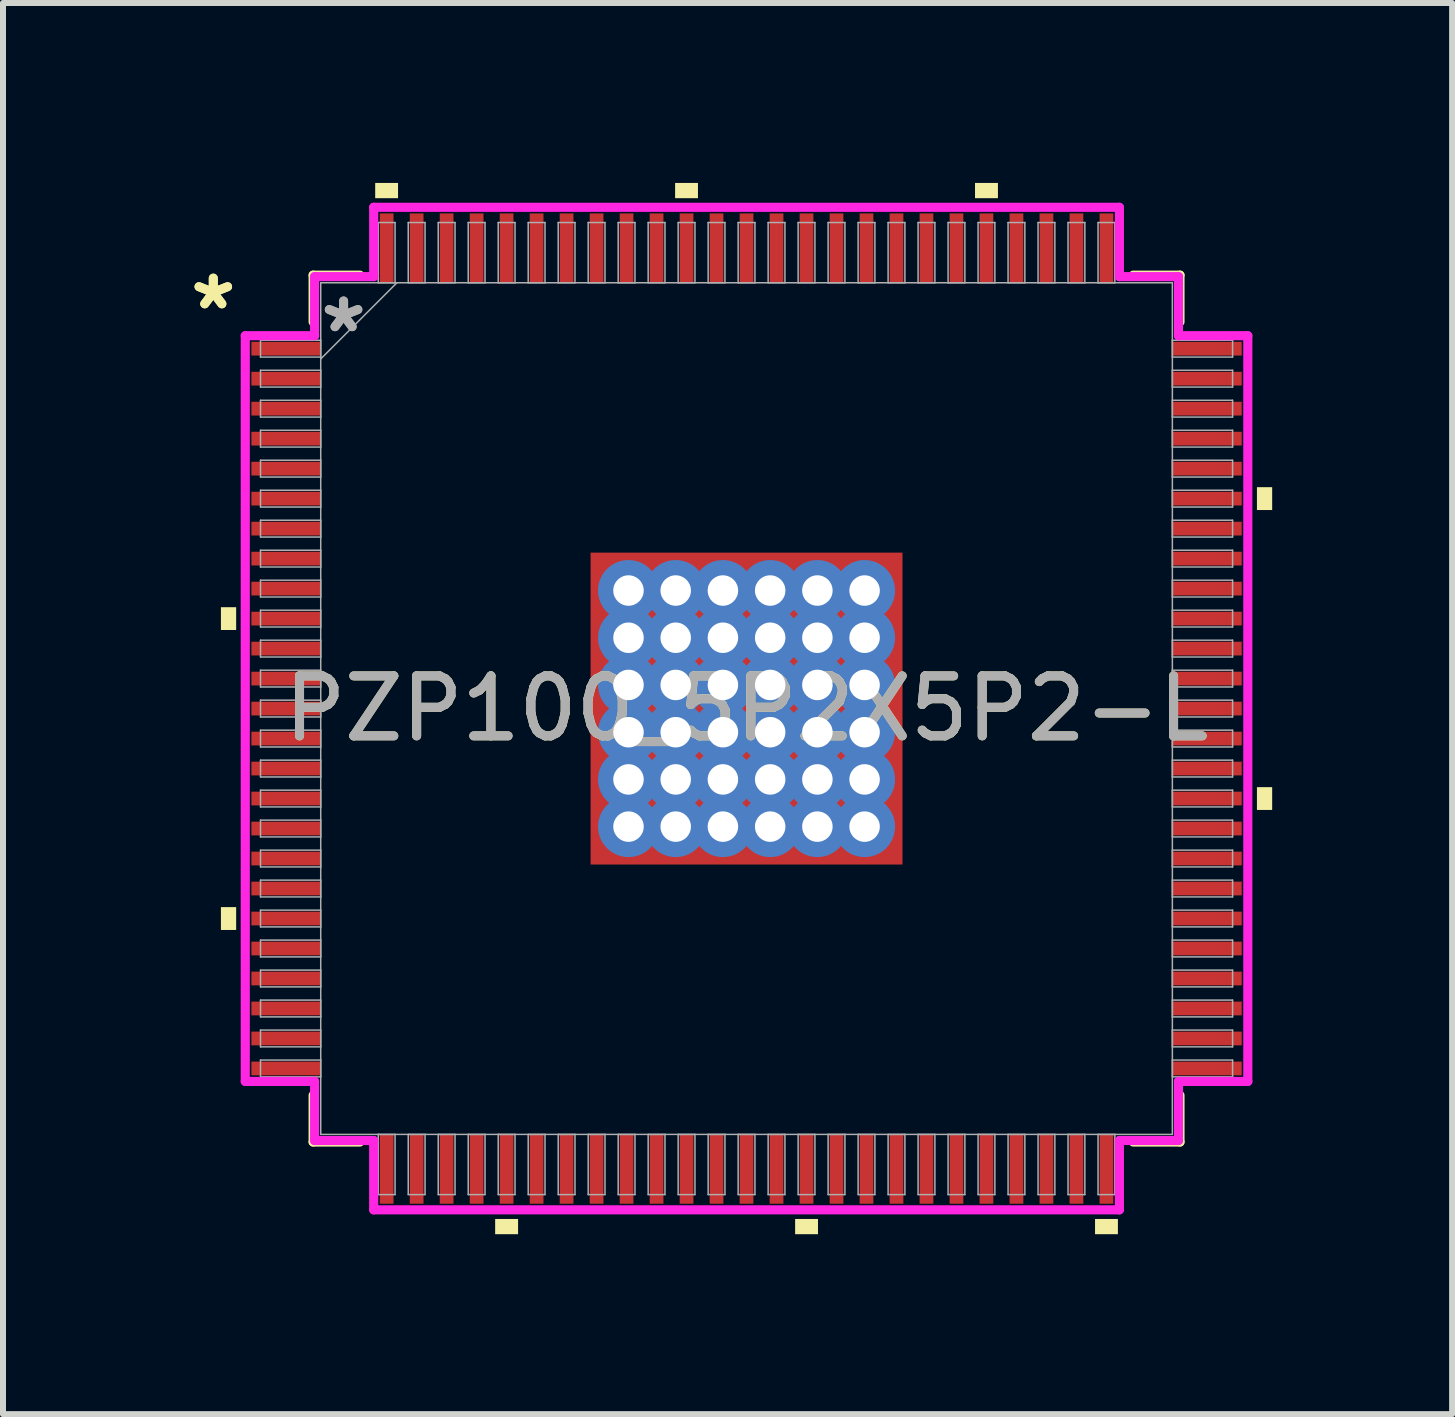
<source format=kicad_pcb>
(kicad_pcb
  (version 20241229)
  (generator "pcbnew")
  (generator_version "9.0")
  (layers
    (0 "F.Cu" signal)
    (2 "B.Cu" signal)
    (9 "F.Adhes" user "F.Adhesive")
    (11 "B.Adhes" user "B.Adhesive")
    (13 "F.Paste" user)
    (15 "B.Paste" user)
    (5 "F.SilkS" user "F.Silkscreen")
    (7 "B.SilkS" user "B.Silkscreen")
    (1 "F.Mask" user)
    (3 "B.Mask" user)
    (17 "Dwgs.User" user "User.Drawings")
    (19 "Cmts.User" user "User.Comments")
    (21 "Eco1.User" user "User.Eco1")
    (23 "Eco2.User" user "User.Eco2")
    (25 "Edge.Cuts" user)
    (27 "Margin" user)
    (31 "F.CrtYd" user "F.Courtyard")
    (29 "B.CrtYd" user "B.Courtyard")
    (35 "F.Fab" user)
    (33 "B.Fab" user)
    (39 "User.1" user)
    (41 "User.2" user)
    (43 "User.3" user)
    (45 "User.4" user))
  (footprint "PZP100_5P2X5P2-L"
    (layer "F.Cu")
    (at 9.396 8.763)
    (property "Reference" "PZP100_5P2X5P2-L" (at 0 0 0) (unlocked yes) (layer "F.SilkS") (effects (font (size 1 1) (thickness 0.15))))
    (attr smd)
    (fp_poly (pts (xy -2.663 -2.663) (xy -2.168 -2.663) (xy -2.168 2.663) (xy -2.663 2.663)) (stroke (width 0) (type solid)) (fill yes) (layer "F.Mask"))
    (fp_poly (pts (xy -2.663 -2.663) (xy 2.663 -2.663) (xy 2.663 -2.168) (xy -2.663 -2.168)) (stroke (width 0) (type solid)) (fill yes) (layer "F.Mask"))
    (fp_poly (pts (xy -2.663 -1.768) (xy 2.663 -1.768) (xy 2.663 -1.381) (xy -2.663 -1.381)) (stroke (width 0) (type solid)) (fill yes) (layer "F.Mask"))
    (fp_poly (pts (xy -2.663 -0.981) (xy 2.663 -0.981) (xy 2.663 -0.594) (xy -2.663 -0.594)) (stroke (width 0) (type solid)) (fill yes) (layer "F.Mask"))
    (fp_poly (pts (xy -2.663 -0.194) (xy 2.663 -0.194) (xy 2.663 0.194) (xy -2.663 0.194)) (stroke (width 0) (type solid)) (fill yes) (layer "F.Mask"))
    (fp_poly (pts (xy -2.663 0.594) (xy 2.663 0.594) (xy 2.663 0.981) (xy -2.663 0.981)) (stroke (width 0) (type solid)) (fill yes) (layer "F.Mask"))
    (fp_poly (pts (xy -2.663 1.381) (xy 2.663 1.381) (xy 2.663 1.768) (xy -2.663 1.768)) (stroke (width 0) (type solid)) (fill yes) (layer "F.Mask"))
    (fp_poly (pts (xy -2.663 2.168) (xy 2.663 2.168) (xy 2.663 2.663) (xy -2.663 2.663)) (stroke (width 0) (type solid)) (fill yes) (layer "F.Mask"))
    (fp_poly (pts (xy -1.381 -2.663) (xy -1.768 -2.663) (xy -1.768 2.663) (xy -1.381 2.663)) (stroke (width 0) (type solid)) (fill yes) (layer "F.Mask"))
    (fp_poly (pts (xy -0.594 -2.663) (xy -0.981 -2.663) (xy -0.981 2.663) (xy -0.594 2.663)) (stroke (width 0) (type solid)) (fill yes) (layer "F.Mask"))
    (fp_poly (pts (xy 0.194 -2.663) (xy -0.194 -2.663) (xy -0.194 2.663) (xy 0.194 2.663)) (stroke (width 0) (type solid)) (fill yes) (layer "F.Mask"))
    (fp_poly (pts (xy 0.981 -2.663) (xy 0.594 -2.663) (xy 0.594 2.663) (xy 0.981 2.663)) (stroke (width 0) (type solid)) (fill yes) (layer "F.Mask"))
    (fp_poly (pts (xy 1.768 -2.663) (xy 1.381 -2.663) (xy 1.381 2.663) (xy 1.768 2.663)) (stroke (width 0) (type solid)) (fill yes) (layer "F.Mask"))
    (fp_poly (pts (xy 2.168 -2.663) (xy 2.663 -2.663) (xy 2.663 2.663) (xy 2.168 2.663)) (stroke (width 0) (type solid)) (fill yes) (layer "F.Mask"))
    (fp_line (start -7.226 -7.226) (end -7.226 -6.447) (stroke (width 0.152) (type solid)) (layer "F.SilkS"))
    (fp_line (start -7.226 6.447) (end -7.226 7.226) (stroke (width 0.152) (type solid)) (layer "F.SilkS"))
    (fp_line (start -7.226 7.226) (end -6.447 7.226) (stroke (width 0.152) (type solid)) (layer "F.SilkS"))
    (fp_line (start -6.447 -7.226) (end -7.226 -7.226) (stroke (width 0.152) (type solid)) (layer "F.SilkS"))
    (fp_line (start 6.447 7.226) (end 7.226 7.226) (stroke (width 0.152) (type solid)) (layer "F.SilkS"))
    (fp_line (start 7.226 -7.226) (end 6.447 -7.226) (stroke (width 0.152) (type solid)) (layer "F.SilkS"))
    (fp_line (start 7.226 -6.447) (end 7.226 -7.226) (stroke (width 0.152) (type solid)) (layer "F.SilkS"))
    (fp_line (start 7.226 7.226) (end 7.226 6.447) (stroke (width 0.152) (type solid)) (layer "F.SilkS"))
    (fp_poly (pts (xy -8.763 -1.69) (xy -8.763 -1.31) (xy -8.509 -1.31) (xy -8.509 -1.69)) (stroke (width 0) (type solid)) (fill yes) (layer "F.SilkS"))
    (fp_poly (pts (xy -8.763 3.31) (xy -8.763 3.691) (xy -8.509 3.691) (xy -8.509 3.31)) (stroke (width 0) (type solid)) (fill yes) (layer "F.SilkS"))
    (fp_poly (pts (xy -6.191 -8.509) (xy -6.191 -8.763) (xy -5.81 -8.763) (xy -5.81 -8.509)) (stroke (width 0) (type solid)) (fill yes) (layer "F.SilkS"))
    (fp_poly (pts (xy -4.191 8.509) (xy -4.191 8.763) (xy -3.809 8.763) (xy -3.809 8.509)) (stroke (width 0) (type solid)) (fill yes) (layer "F.SilkS"))
    (fp_poly (pts (xy -1.191 -8.509) (xy -1.191 -8.763) (xy -0.81 -8.763) (xy -0.81 -8.509)) (stroke (width 0) (type solid)) (fill yes) (layer "F.SilkS"))
    (fp_poly (pts (xy 0.81 8.509) (xy 0.81 8.763) (xy 1.191 8.763) (xy 1.191 8.509)) (stroke (width 0) (type solid)) (fill yes) (layer "F.SilkS"))
    (fp_poly (pts (xy 3.809 -8.509) (xy 3.809 -8.763) (xy 4.191 -8.763) (xy 4.191 -8.509)) (stroke (width 0) (type solid)) (fill yes) (layer "F.SilkS"))
    (fp_poly (pts (xy 5.81 8.509) (xy 5.81 8.763) (xy 6.191 8.763) (xy 6.191 8.509)) (stroke (width 0) (type solid)) (fill yes) (layer "F.SilkS"))
    (fp_poly (pts (xy 8.763 -3.691) (xy 8.763 -3.31) (xy 8.509 -3.31) (xy 8.509 -3.691)) (stroke (width 0) (type solid)) (fill yes) (layer "F.SilkS"))
    (fp_poly (pts (xy 8.763 1.31) (xy 8.763 1.69) (xy 8.509 1.69) (xy 8.509 1.31)) (stroke (width 0) (type solid)) (fill yes) (layer "F.SilkS"))
    (fp_poly (pts (xy -2.525 -2.525) (xy -2.525 -2.068) (xy -2.21 -2.068) (xy -2.068 -2.21) (xy -2.068 -2.525)) (stroke (width 0) (type solid)) (fill yes) (layer "F.Paste"))
    (fp_poly (pts (xy -2.525 2.068) (xy -2.525 2.525) (xy -2.068 2.525) (xy -2.068 2.21) (xy -2.21 2.068)) (stroke (width 0) (type solid)) (fill yes) (layer "F.Paste"))
    (fp_poly (pts (xy 2.068 -2.525) (xy 2.068 -2.21) (xy 2.21 -2.068) (xy 2.525 -2.068) (xy 2.525 -2.525)) (stroke (width 0) (type solid)) (fill yes) (layer "F.Paste"))
    (fp_poly (pts (xy 2.21 2.068) (xy 2.068 2.21) (xy 2.068 2.525) (xy 2.525 2.525) (xy 2.525 2.068)) (stroke (width 0) (type solid)) (fill yes) (layer "F.Paste"))
    (fp_poly (pts (xy -2.525 -1.869) (xy -2.525 -1.281) (xy -2.21 -1.281) (xy -2.068 -1.423) (xy -2.068 -1.727) (xy -2.21 -1.869)) (stroke (width 0) (type solid)) (fill yes) (layer "F.Paste"))
    (fp_poly (pts (xy -2.525 -1.081) (xy -2.525 -0.494) (xy -2.21 -0.494) (xy -2.068 -0.635) (xy -2.068 -0.94) (xy -2.21 -1.081)) (stroke (width 0) (type solid)) (fill yes) (layer "F.Paste"))
    (fp_poly (pts (xy -2.525 -0.294) (xy -2.525 0.294) (xy -2.21 0.294) (xy -2.068 0.152) (xy -2.068 -0.152) (xy -2.21 -0.294)) (stroke (width 0) (type solid)) (fill yes) (layer "F.Paste"))
    (fp_poly (pts (xy -2.525 0.494) (xy -2.525 1.081) (xy -2.21 1.081) (xy -2.068 0.94) (xy -2.068 0.635) (xy -2.21 0.494)) (stroke (width 0) (type solid)) (fill yes) (layer "F.Paste"))
    (fp_poly (pts (xy -2.525 1.281) (xy -2.525 1.869) (xy -2.21 1.869) (xy -2.068 1.727) (xy -2.068 1.423) (xy -2.21 1.281)) (stroke (width 0) (type solid)) (fill yes) (layer "F.Paste"))
    (fp_poly (pts (xy -1.869 -2.525) (xy -1.869 -2.21) (xy -1.727 -2.068) (xy -1.423 -2.068) (xy -1.281 -2.21) (xy -1.281 -2.525)) (stroke (width 0) (type solid)) (fill yes) (layer "F.Paste"))
    (fp_poly (pts (xy -1.727 2.068) (xy -1.869 2.21) (xy -1.869 2.525) (xy -1.281 2.525) (xy -1.281 2.21) (xy -1.423 2.068)) (stroke (width 0) (type solid)) (fill yes) (layer "F.Paste"))
    (fp_poly (pts (xy -1.081 -2.525) (xy -1.081 -2.21) (xy -0.94 -2.068) (xy -0.635 -2.068) (xy -0.494 -2.21) (xy -0.494 -2.525)) (stroke (width 0) (type solid)) (fill yes) (layer "F.Paste"))
    (fp_poly (pts (xy -0.94 2.068) (xy -1.081 2.21) (xy -1.081 2.525) (xy -0.494 2.525) (xy -0.494 2.21) (xy -0.635 2.068)) (stroke (width 0) (type solid)) (fill yes) (layer "F.Paste"))
    (fp_poly (pts (xy -0.294 -2.525) (xy -0.294 -2.21) (xy -0.152 -2.068) (xy 0.152 -2.068) (xy 0.294 -2.21) (xy 0.294 -2.525)) (stroke (width 0) (type solid)) (fill yes) (layer "F.Paste"))
    (fp_poly (pts (xy -0.152 2.068) (xy -0.294 2.21) (xy -0.294 2.525) (xy 0.294 2.525) (xy 0.294 2.21) (xy 0.152 2.068)) (stroke (width 0) (type solid)) (fill yes) (layer "F.Paste"))
    (fp_poly (pts (xy 0.494 -2.525) (xy 0.494 -2.21) (xy 0.635 -2.068) (xy 0.94 -2.068) (xy 1.081 -2.21) (xy 1.081 -2.525)) (stroke (width 0) (type solid)) (fill yes) (layer "F.Paste"))
    (fp_poly (pts (xy 0.635 2.068) (xy 0.494 2.21) (xy 0.494 2.525) (xy 1.081 2.525) (xy 1.081 2.21) (xy 0.94 2.068)) (stroke (width 0) (type solid)) (fill yes) (layer "F.Paste"))
    (fp_poly (pts (xy 1.281 -2.525) (xy 1.281 -2.21) (xy 1.423 -2.068) (xy 1.727 -2.068) (xy 1.869 -2.21) (xy 1.869 -2.525)) (stroke (width 0) (type solid)) (fill yes) (layer "F.Paste"))
    (fp_poly (pts (xy 1.423 2.068) (xy 1.281 2.21) (xy 1.281 2.525) (xy 1.869 2.525) (xy 1.869 2.21) (xy 1.727 2.068)) (stroke (width 0) (type solid)) (fill yes) (layer "F.Paste"))
    (fp_poly (pts (xy 2.21 -1.869) (xy 2.068 -1.727) (xy 2.068 -1.423) (xy 2.21 -1.281) (xy 2.525 -1.281) (xy 2.525 -1.869)) (stroke (width 0) (type solid)) (fill yes) (layer "F.Paste"))
    (fp_poly (pts (xy 2.21 -1.081) (xy 2.068 -0.94) (xy 2.068 -0.635) (xy 2.21 -0.494) (xy 2.525 -0.494) (xy 2.525 -1.081)) (stroke (width 0) (type solid)) (fill yes) (layer "F.Paste"))
    (fp_poly (pts (xy 2.21 -0.294) (xy 2.068 -0.152) (xy 2.068 0.152) (xy 2.21 0.294) (xy 2.525 0.294) (xy 2.525 -0.294)) (stroke (width 0) (type solid)) (fill yes) (layer "F.Paste"))
    (fp_poly (pts (xy 2.21 0.494) (xy 2.068 0.635) (xy 2.068 0.94) (xy 2.21 1.081) (xy 2.525 1.081) (xy 2.525 0.494)) (stroke (width 0) (type solid)) (fill yes) (layer "F.Paste"))
    (fp_poly (pts (xy 2.21 1.281) (xy 2.068 1.423) (xy 2.068 1.727) (xy 2.21 1.869) (xy 2.525 1.869) (xy 2.525 1.281)) (stroke (width 0) (type solid)) (fill yes) (layer "F.Paste"))
    (fp_poly (pts (xy -1.727 -1.869) (xy -1.869 -1.727) (xy -1.869 -1.423) (xy -1.727 -1.281) (xy -1.423 -1.281) (xy -1.281 -1.423) (xy -1.281 -1.727) (xy -1.423 -1.869)) (stroke (width 0) (type solid)) (fill yes) (layer "F.Paste"))
    (fp_poly (pts (xy -1.727 -1.081) (xy -1.869 -0.94) (xy -1.869 -0.635) (xy -1.727 -0.494) (xy -1.423 -0.494) (xy -1.281 -0.635) (xy -1.281 -0.94) (xy -1.423 -1.081)) (stroke (width 0) (type solid)) (fill yes) (layer "F.Paste"))
    (fp_poly (pts (xy -1.727 -0.294) (xy -1.869 -0.152) (xy -1.869 0.152) (xy -1.727 0.294) (xy -1.423 0.294) (xy -1.281 0.152) (xy -1.281 -0.152) (xy -1.423 -0.294)) (stroke (width 0) (type solid)) (fill yes) (layer "F.Paste"))
    (fp_poly (pts (xy -1.727 0.494) (xy -1.869 0.635) (xy -1.869 0.94) (xy -1.727 1.081) (xy -1.423 1.081) (xy -1.281 0.94) (xy -1.281 0.635) (xy -1.423 0.494)) (stroke (width 0) (type solid)) (fill yes) (layer "F.Paste"))
    (fp_poly (pts (xy -1.727 1.281) (xy -1.869 1.423) (xy -1.869 1.727) (xy -1.727 1.869) (xy -1.423 1.869) (xy -1.281 1.727) (xy -1.281 1.423) (xy -1.423 1.281)) (stroke (width 0) (type solid)) (fill yes) (layer "F.Paste"))
    (fp_poly (pts (xy -0.94 -1.869) (xy -1.081 -1.727) (xy -1.081 -1.423) (xy -0.94 -1.281) (xy -0.635 -1.281) (xy -0.494 -1.423) (xy -0.494 -1.727) (xy -0.635 -1.869)) (stroke (width 0) (type solid)) (fill yes) (layer "F.Paste"))
    (fp_poly (pts (xy -0.94 -1.081) (xy -1.081 -0.94) (xy -1.081 -0.635) (xy -0.94 -0.494) (xy -0.635 -0.494) (xy -0.494 -0.635) (xy -0.494 -0.94) (xy -0.635 -1.081)) (stroke (width 0) (type solid)) (fill yes) (layer "F.Paste"))
    (fp_poly (pts (xy -0.94 -0.294) (xy -1.081 -0.152) (xy -1.081 0.152) (xy -0.94 0.294) (xy -0.635 0.294) (xy -0.494 0.152) (xy -0.494 -0.152) (xy -0.635 -0.294)) (stroke (width 0) (type solid)) (fill yes) (layer "F.Paste"))
    (fp_poly (pts (xy -0.94 0.494) (xy -1.081 0.635) (xy -1.081 0.94) (xy -0.94 1.081) (xy -0.635 1.081) (xy -0.494 0.94) (xy -0.494 0.635) (xy -0.635 0.494)) (stroke (width 0) (type solid)) (fill yes) (layer "F.Paste"))
    (fp_poly (pts (xy -0.94 1.281) (xy -1.081 1.423) (xy -1.081 1.727) (xy -0.94 1.869) (xy -0.635 1.869) (xy -0.494 1.727) (xy -0.494 1.423) (xy -0.635 1.281)) (stroke (width 0) (type solid)) (fill yes) (layer "F.Paste"))
    (fp_poly (pts (xy -0.152 -1.869) (xy -0.294 -1.727) (xy -0.294 -1.423) (xy -0.152 -1.281) (xy 0.152 -1.281) (xy 0.294 -1.423) (xy 0.294 -1.727) (xy 0.152 -1.869)) (stroke (width 0) (type solid)) (fill yes) (layer "F.Paste"))
    (fp_poly (pts (xy -0.152 -1.081) (xy -0.294 -0.94) (xy -0.294 -0.635) (xy -0.152 -0.494) (xy 0.152 -0.494) (xy 0.294 -0.635) (xy 0.294 -0.94) (xy 0.152 -1.081)) (stroke (width 0) (type solid)) (fill yes) (layer "F.Paste"))
    (fp_poly (pts (xy -0.152 -0.294) (xy -0.294 -0.152) (xy -0.294 0.152) (xy -0.152 0.294) (xy 0.152 0.294) (xy 0.294 0.152) (xy 0.294 -0.152) (xy 0.152 -0.294)) (stroke (width 0) (type solid)) (fill yes) (layer "F.Paste"))
    (fp_poly (pts (xy -0.152 0.494) (xy -0.294 0.635) (xy -0.294 0.94) (xy -0.152 1.081) (xy 0.152 1.081) (xy 0.294 0.94) (xy 0.294 0.635) (xy 0.152 0.494)) (stroke (width 0) (type solid)) (fill yes) (layer "F.Paste"))
    (fp_poly (pts (xy -0.152 1.281) (xy -0.294 1.423) (xy -0.294 1.727) (xy -0.152 1.869) (xy 0.152 1.869) (xy 0.294 1.727) (xy 0.294 1.423) (xy 0.152 1.281)) (stroke (width 0) (type solid)) (fill yes) (layer "F.Paste"))
    (fp_poly (pts (xy 0.635 -1.869) (xy 0.494 -1.727) (xy 0.494 -1.423) (xy 0.635 -1.281) (xy 0.94 -1.281) (xy 1.081 -1.423) (xy 1.081 -1.727) (xy 0.94 -1.869)) (stroke (width 0) (type solid)) (fill yes) (layer "F.Paste"))
    (fp_poly (pts (xy 0.635 -1.081) (xy 0.494 -0.94) (xy 0.494 -0.635) (xy 0.635 -0.494) (xy 0.94 -0.494) (xy 1.081 -0.635) (xy 1.081 -0.94) (xy 0.94 -1.081)) (stroke (width 0) (type solid)) (fill yes) (layer "F.Paste"))
    (fp_poly (pts (xy 0.635 -0.294) (xy 0.494 -0.152) (xy 0.494 0.152) (xy 0.635 0.294) (xy 0.94 0.294) (xy 1.081 0.152) (xy 1.081 -0.152) (xy 0.94 -0.294)) (stroke (width 0) (type solid)) (fill yes) (layer "F.Paste"))
    (fp_poly (pts (xy 0.635 0.494) (xy 0.494 0.635) (xy 0.494 0.94) (xy 0.635 1.081) (xy 0.94 1.081) (xy 1.081 0.94) (xy 1.081 0.635) (xy 0.94 0.494)) (stroke (width 0) (type solid)) (fill yes) (layer "F.Paste"))
    (fp_poly (pts (xy 0.635 1.281) (xy 0.494 1.423) (xy 0.494 1.727) (xy 0.635 1.869) (xy 0.94 1.869) (xy 1.081 1.727) (xy 1.081 1.423) (xy 0.94 1.281)) (stroke (width 0) (type solid)) (fill yes) (layer "F.Paste"))
    (fp_poly (pts (xy 1.423 -1.869) (xy 1.281 -1.727) (xy 1.281 -1.423) (xy 1.423 -1.281) (xy 1.727 -1.281) (xy 1.869 -1.423) (xy 1.869 -1.727) (xy 1.727 -1.869)) (stroke (width 0) (type solid)) (fill yes) (layer "F.Paste"))
    (fp_poly (pts (xy 1.423 -1.081) (xy 1.281 -0.94) (xy 1.281 -0.635) (xy 1.423 -0.494) (xy 1.727 -0.494) (xy 1.869 -0.635) (xy 1.869 -0.94) (xy 1.727 -1.081)) (stroke (width 0) (type solid)) (fill yes) (layer "F.Paste"))
    (fp_poly (pts (xy 1.423 -0.294) (xy 1.281 -0.152) (xy 1.281 0.152) (xy 1.423 0.294) (xy 1.727 0.294) (xy 1.869 0.152) (xy 1.869 -0.152) (xy 1.727 -0.294)) (stroke (width 0) (type solid)) (fill yes) (layer "F.Paste"))
    (fp_poly (pts (xy 1.423 0.494) (xy 1.281 0.635) (xy 1.281 0.94) (xy 1.423 1.081) (xy 1.727 1.081) (xy 1.869 0.94) (xy 1.869 0.635) (xy 1.727 0.494)) (stroke (width 0) (type solid)) (fill yes) (layer "F.Paste"))
    (fp_poly (pts (xy 1.423 1.281) (xy 1.281 1.423) (xy 1.281 1.727) (xy 1.423 1.869) (xy 1.727 1.869) (xy 1.869 1.727) (xy 1.869 1.423) (xy 1.727 1.281)) (stroke (width 0) (type solid)) (fill yes) (layer "F.Paste"))
    (fp_line (start -8.357 -6.216) (end -7.201 -6.216) (stroke (width 0.152) (type solid)) (layer "F.CrtYd"))
    (fp_line (start -8.357 6.216) (end -8.357 -6.216) (stroke (width 0.152) (type solid)) (layer "F.CrtYd"))
    (fp_line (start -7.201 -7.201) (end -6.216 -7.201) (stroke (width 0.152) (type solid)) (layer "F.CrtYd"))
    (fp_line (start -7.201 -6.216) (end -7.201 -7.201) (stroke (width 0.152) (type solid)) (layer "F.CrtYd"))
    (fp_line (start -7.201 6.216) (end -8.357 6.216) (stroke (width 0.152) (type solid)) (layer "F.CrtYd"))
    (fp_line (start -7.201 7.201) (end -7.201 6.216) (stroke (width 0.152) (type solid)) (layer "F.CrtYd"))
    (fp_line (start -7.201 7.201) (end -6.216 7.201) (stroke (width 0.152) (type solid)) (layer "F.CrtYd"))
    (fp_line (start -6.216 -8.357) (end 6.216 -8.357) (stroke (width 0.152) (type solid)) (layer "F.CrtYd"))
    (fp_line (start -6.216 -7.201) (end -6.216 -8.357) (stroke (width 0.152) (type solid)) (layer "F.CrtYd"))
    (fp_line (start -6.216 7.201) (end -6.216 8.357) (stroke (width 0.152) (type solid)) (layer "F.CrtYd"))
    (fp_line (start -6.216 8.357) (end 6.216 8.357) (stroke (width 0.152) (type solid)) (layer "F.CrtYd"))
    (fp_line (start 6.216 -8.357) (end 6.216 -7.201) (stroke (width 0.152) (type solid)) (layer "F.CrtYd"))
    (fp_line (start 6.216 -7.201) (end 7.201 -7.201) (stroke (width 0.152) (type solid)) (layer "F.CrtYd"))
    (fp_line (start 6.216 7.201) (end 7.201 7.201) (stroke (width 0.152) (type solid)) (layer "F.CrtYd"))
    (fp_line (start 6.216 8.357) (end 6.216 7.201) (stroke (width 0.152) (type solid)) (layer "F.CrtYd"))
    (fp_line (start 7.201 -6.216) (end 7.201 -7.201) (stroke (width 0.152) (type solid)) (layer "F.CrtYd"))
    (fp_line (start 7.201 6.216) (end 8.357 6.216) (stroke (width 0.152) (type solid)) (layer "F.CrtYd"))
    (fp_line (start 7.201 7.201) (end 7.201 6.216) (stroke (width 0.152) (type solid)) (layer "F.CrtYd"))
    (fp_line (start 8.357 -6.216) (end 7.201 -6.216) (stroke (width 0.152) (type solid)) (layer "F.CrtYd"))
    (fp_line (start 8.357 6.216) (end 8.357 -6.216) (stroke (width 0.152) (type solid)) (layer "F.CrtYd"))
    (fp_line (start -8.103 -6.14) (end -8.103 -5.86) (stroke (width 0.025) (type solid)) (layer "F.Fab"))
    (fp_line (start -8.103 -5.86) (end -7.099 -5.86) (stroke (width 0.025) (type solid)) (layer "F.Fab"))
    (fp_line (start -8.103 -5.64) (end -8.103 -5.36) (stroke (width 0.025) (type solid)) (layer "F.Fab"))
    (fp_line (start -8.103 -5.36) (end -7.099 -5.36) (stroke (width 0.025) (type solid)) (layer "F.Fab"))
    (fp_line (start -8.103 -5.14) (end -8.103 -4.86) (stroke (width 0.025) (type solid)) (layer "F.Fab"))
    (fp_line (start -8.103 -4.86) (end -7.099 -4.86) (stroke (width 0.025) (type solid)) (layer "F.Fab"))
    (fp_line (start -8.103 -4.64) (end -8.103 -4.36) (stroke (width 0.025) (type solid)) (layer "F.Fab"))
    (fp_line (start -8.103 -4.36) (end -7.099 -4.36) (stroke (width 0.025) (type solid)) (layer "F.Fab"))
    (fp_line (start -8.103 -4.14) (end -8.103 -3.86) (stroke (width 0.025) (type solid)) (layer "F.Fab"))
    (fp_line (start -8.103 -3.86) (end -7.099 -3.86) (stroke (width 0.025) (type solid)) (layer "F.Fab"))
    (fp_line (start -8.103 -3.64) (end -8.103 -3.36) (stroke (width 0.025) (type solid)) (layer "F.Fab"))
    (fp_line (start -8.103 -3.36) (end -7.099 -3.36) (stroke (width 0.025) (type solid)) (layer "F.Fab"))
    (fp_line (start -8.103 -3.14) (end -8.103 -2.86) (stroke (width 0.025) (type solid)) (layer "F.Fab"))
    (fp_line (start -8.103 -2.86) (end -7.099 -2.86) (stroke (width 0.025) (type solid)) (layer "F.Fab"))
    (fp_line (start -8.103 -2.64) (end -8.103 -2.36) (stroke (width 0.025) (type solid)) (layer "F.Fab"))
    (fp_line (start -8.103 -2.36) (end -7.099 -2.36) (stroke (width 0.025) (type solid)) (layer "F.Fab"))
    (fp_line (start -8.103 -2.14) (end -8.103 -1.86) (stroke (width 0.025) (type solid)) (layer "F.Fab"))
    (fp_line (start -8.103 -1.86) (end -7.099 -1.86) (stroke (width 0.025) (type solid)) (layer "F.Fab"))
    (fp_line (start -8.103 -1.64) (end -8.103 -1.36) (stroke (width 0.025) (type solid)) (layer "F.Fab"))
    (fp_line (start -8.103 -1.36) (end -7.099 -1.36) (stroke (width 0.025) (type solid)) (layer "F.Fab"))
    (fp_line (start -8.103 -1.14) (end -8.103 -0.86) (stroke (width 0.025) (type solid)) (layer "F.Fab"))
    (fp_line (start -8.103 -0.86) (end -7.099 -0.86) (stroke (width 0.025) (type solid)) (layer "F.Fab"))
    (fp_line (start -8.103 -0.64) (end -8.103 -0.36) (stroke (width 0.025) (type solid)) (layer "F.Fab"))
    (fp_line (start -8.103 -0.36) (end -7.099 -0.36) (stroke (width 0.025) (type solid)) (layer "F.Fab"))
    (fp_line (start -8.103 -0.14) (end -8.103 0.14) (stroke (width 0.025) (type solid)) (layer "F.Fab"))
    (fp_line (start -8.103 0.14) (end -7.099 0.14) (stroke (width 0.025) (type solid)) (layer "F.Fab"))
    (fp_line (start -8.103 0.36) (end -8.103 0.64) (stroke (width 0.025) (type solid)) (layer "F.Fab"))
    (fp_line (start -8.103 0.64) (end -7.099 0.64) (stroke (width 0.025) (type solid)) (layer "F.Fab"))
    (fp_line (start -8.103 0.86) (end -8.103 1.14) (stroke (width 0.025) (type solid)) (layer "F.Fab"))
    (fp_line (start -8.103 1.14) (end -7.099 1.14) (stroke (width 0.025) (type solid)) (layer "F.Fab"))
    (fp_line (start -8.103 1.36) (end -8.103 1.64) (stroke (width 0.025) (type solid)) (layer "F.Fab"))
    (fp_line (start -8.103 1.64) (end -7.099 1.64) (stroke (width 0.025) (type solid)) (layer "F.Fab"))
    (fp_line (start -8.103 1.86) (end -8.103 2.14) (stroke (width 0.025) (type solid)) (layer "F.Fab"))
    (fp_line (start -8.103 2.14) (end -7.099 2.14) (stroke (width 0.025) (type solid)) (layer "F.Fab"))
    (fp_line (start -8.103 2.36) (end -8.103 2.64) (stroke (width 0.025) (type solid)) (layer "F.Fab"))
    (fp_line (start -8.103 2.64) (end -7.099 2.64) (stroke (width 0.025) (type solid)) (layer "F.Fab"))
    (fp_line (start -8.103 2.86) (end -8.103 3.14) (stroke (width 0.025) (type solid)) (layer "F.Fab"))
    (fp_line (start -8.103 3.14) (end -7.099 3.14) (stroke (width 0.025) (type solid)) (layer "F.Fab"))
    (fp_line (start -8.103 3.36) (end -8.103 3.64) (stroke (width 0.025) (type solid)) (layer "F.Fab"))
    (fp_line (start -8.103 3.64) (end -7.099 3.64) (stroke (width 0.025) (type solid)) (layer "F.Fab"))
    (fp_line (start -8.103 3.86) (end -8.103 4.14) (stroke (width 0.025) (type solid)) (layer "F.Fab"))
    (fp_line (start -8.103 4.14) (end -7.099 4.14) (stroke (width 0.025) (type solid)) (layer "F.Fab"))
    (fp_line (start -8.103 4.36) (end -8.103 4.64) (stroke (width 0.025) (type solid)) (layer "F.Fab"))
    (fp_line (start -8.103 4.64) (end -7.099 4.64) (stroke (width 0.025) (type solid)) (layer "F.Fab"))
    (fp_line (start -8.103 4.86) (end -8.103 5.14) (stroke (width 0.025) (type solid)) (layer "F.Fab"))
    (fp_line (start -8.103 5.14) (end -7.099 5.14) (stroke (width 0.025) (type solid)) (layer "F.Fab"))
    (fp_line (start -8.103 5.36) (end -8.103 5.64) (stroke (width 0.025) (type solid)) (layer "F.Fab"))
    (fp_line (start -8.103 5.64) (end -7.099 5.64) (stroke (width 0.025) (type solid)) (layer "F.Fab"))
    (fp_line (start -8.103 5.86) (end -8.103 6.14) (stroke (width 0.025) (type solid)) (layer "F.Fab"))
    (fp_line (start -8.103 6.14) (end -7.099 6.14) (stroke (width 0.025) (type solid)) (layer "F.Fab"))
    (fp_line (start -7.099 -7.099) (end -7.099 7.099) (stroke (width 0.025) (type solid)) (layer "F.Fab"))
    (fp_line (start -7.099 -6.14) (end -8.103 -6.14) (stroke (width 0.025) (type solid)) (layer "F.Fab"))
    (fp_line (start -7.099 -5.86) (end -7.099 -6.14) (stroke (width 0.025) (type solid)) (layer "F.Fab"))
    (fp_line (start -7.099 -5.829) (end -5.829 -7.099) (stroke (width 0.025) (type solid)) (layer "F.Fab"))
    (fp_line (start -7.099 -5.64) (end -8.103 -5.64) (stroke (width 0.025) (type solid)) (layer "F.Fab"))
    (fp_line (start -7.099 -5.36) (end -7.099 -5.64) (stroke (width 0.025) (type solid)) (layer "F.Fab"))
    (fp_line (start -7.099 -5.14) (end -8.103 -5.14) (stroke (width 0.025) (type solid)) (layer "F.Fab"))
    (fp_line (start -7.099 -4.86) (end -7.099 -5.14) (stroke (width 0.025) (type solid)) (layer "F.Fab"))
    (fp_line (start -7.099 -4.64) (end -8.103 -4.64) (stroke (width 0.025) (type solid)) (layer "F.Fab"))
    (fp_line (start -7.099 -4.36) (end -7.099 -4.64) (stroke (width 0.025) (type solid)) (layer "F.Fab"))
    (fp_line (start -7.099 -4.14) (end -8.103 -4.14) (stroke (width 0.025) (type solid)) (layer "F.Fab"))
    (fp_line (start -7.099 -3.86) (end -7.099 -4.14) (stroke (width 0.025) (type solid)) (layer "F.Fab"))
    (fp_line (start -7.099 -3.64) (end -8.103 -3.64) (stroke (width 0.025) (type solid)) (layer "F.Fab"))
    (fp_line (start -7.099 -3.36) (end -7.099 -3.64) (stroke (width 0.025) (type solid)) (layer "F.Fab"))
    (fp_line (start -7.099 -3.14) (end -8.103 -3.14) (stroke (width 0.025) (type solid)) (layer "F.Fab"))
    (fp_line (start -7.099 -2.86) (end -7.099 -3.14) (stroke (width 0.025) (type solid)) (layer "F.Fab"))
    (fp_line (start -7.099 -2.64) (end -8.103 -2.64) (stroke (width 0.025) (type solid)) (layer "F.Fab"))
    (fp_line (start -7.099 -2.36) (end -7.099 -2.64) (stroke (width 0.025) (type solid)) (layer "F.Fab"))
    (fp_line (start -7.099 -2.14) (end -8.103 -2.14) (stroke (width 0.025) (type solid)) (layer "F.Fab"))
    (fp_line (start -7.099 -1.86) (end -7.099 -2.14) (stroke (width 0.025) (type solid)) (layer "F.Fab"))
    (fp_line (start -7.099 -1.64) (end -8.103 -1.64) (stroke (width 0.025) (type solid)) (layer "F.Fab"))
    (fp_line (start -7.099 -1.36) (end -7.099 -1.64) (stroke (width 0.025) (type solid)) (layer "F.Fab"))
    (fp_line (start -7.099 -1.14) (end -8.103 -1.14) (stroke (width 0.025) (type solid)) (layer "F.Fab"))
    (fp_line (start -7.099 -0.86) (end -7.099 -1.14) (stroke (width 0.025) (type solid)) (layer "F.Fab"))
    (fp_line (start -7.099 -0.64) (end -8.103 -0.64) (stroke (width 0.025) (type solid)) (layer "F.Fab"))
    (fp_line (start -7.099 -0.36) (end -7.099 -0.64) (stroke (width 0.025) (type solid)) (layer "F.Fab"))
    (fp_line (start -7.099 -0.14) (end -8.103 -0.14) (stroke (width 0.025) (type solid)) (layer "F.Fab"))
    (fp_line (start -7.099 0.14) (end -7.099 -0.14) (stroke (width 0.025) (type solid)) (layer "F.Fab"))
    (fp_line (start -7.099 0.36) (end -8.103 0.36) (stroke (width 0.025) (type solid)) (layer "F.Fab"))
    (fp_line (start -7.099 0.64) (end -7.099 0.36) (stroke (width 0.025) (type solid)) (layer "F.Fab"))
    (fp_line (start -7.099 0.86) (end -8.103 0.86) (stroke (width 0.025) (type solid)) (layer "F.Fab"))
    (fp_line (start -7.099 1.14) (end -7.099 0.86) (stroke (width 0.025) (type solid)) (layer "F.Fab"))
    (fp_line (start -7.099 1.36) (end -8.103 1.36) (stroke (width 0.025) (type solid)) (layer "F.Fab"))
    (fp_line (start -7.099 1.64) (end -7.099 1.36) (stroke (width 0.025) (type solid)) (layer "F.Fab"))
    (fp_line (start -7.099 1.86) (end -8.103 1.86) (stroke (width 0.025) (type solid)) (layer "F.Fab"))
    (fp_line (start -7.099 2.14) (end -7.099 1.86) (stroke (width 0.025) (type solid)) (layer "F.Fab"))
    (fp_line (start -7.099 2.36) (end -8.103 2.36) (stroke (width 0.025) (type solid)) (layer "F.Fab"))
    (fp_line (start -7.099 2.64) (end -7.099 2.36) (stroke (width 0.025) (type solid)) (layer "F.Fab"))
    (fp_line (start -7.099 2.86) (end -8.103 2.86) (stroke (width 0.025) (type solid)) (layer "F.Fab"))
    (fp_line (start -7.099 3.14) (end -7.099 2.86) (stroke (width 0.025) (type solid)) (layer "F.Fab"))
    (fp_line (start -7.099 3.36) (end -8.103 3.36) (stroke (width 0.025) (type solid)) (layer "F.Fab"))
    (fp_line (start -7.099 3.64) (end -7.099 3.36) (stroke (width 0.025) (type solid)) (layer "F.Fab"))
    (fp_line (start -7.099 3.86) (end -8.103 3.86) (stroke (width 0.025) (type solid)) (layer "F.Fab"))
    (fp_line (start -7.099 4.14) (end -7.099 3.86) (stroke (width 0.025) (type solid)) (layer "F.Fab"))
    (fp_line (start -7.099 4.36) (end -8.103 4.36) (stroke (width 0.025) (type solid)) (layer "F.Fab"))
    (fp_line (start -7.099 4.64) (end -7.099 4.36) (stroke (width 0.025) (type solid)) (layer "F.Fab"))
    (fp_line (start -7.099 4.86) (end -8.103 4.86) (stroke (width 0.025) (type solid)) (layer "F.Fab"))
    (fp_line (start -7.099 5.14) (end -7.099 4.86) (stroke (width 0.025) (type solid)) (layer "F.Fab"))
    (fp_line (start -7.099 5.36) (end -8.103 5.36) (stroke (width 0.025) (type solid)) (layer "F.Fab"))
    (fp_line (start -7.099 5.64) (end -7.099 5.36) (stroke (width 0.025) (type solid)) (layer "F.Fab"))
    (fp_line (start -7.099 5.86) (end -8.103 5.86) (stroke (width 0.025) (type solid)) (layer "F.Fab"))
    (fp_line (start -7.099 6.14) (end -7.099 5.86) (stroke (width 0.025) (type solid)) (layer "F.Fab"))
    (fp_line (start -7.099 7.099) (end 7.099 7.099) (stroke (width 0.025) (type solid)) (layer "F.Fab"))
    (fp_line (start -6.14 -8.103) (end -6.14 -7.099) (stroke (width 0.025) (type solid)) (layer "F.Fab"))
    (fp_line (start -6.14 -7.099) (end -5.86 -7.099) (stroke (width 0.025) (type solid)) (layer "F.Fab"))
    (fp_line (start -6.14 7.099) (end -6.14 8.103) (stroke (width 0.025) (type solid)) (layer "F.Fab"))
    (fp_line (start -6.14 8.103) (end -5.86 8.103) (stroke (width 0.025) (type solid)) (layer "F.Fab"))
    (fp_line (start -5.86 -8.103) (end -6.14 -8.103) (stroke (width 0.025) (type solid)) (layer "F.Fab"))
    (fp_line (start -5.86 -7.099) (end -5.86 -8.103) (stroke (width 0.025) (type solid)) (layer "F.Fab"))
    (fp_line (start -5.86 7.099) (end -6.14 7.099) (stroke (width 0.025) (type solid)) (layer "F.Fab"))
    (fp_line (start -5.86 8.103) (end -5.86 7.099) (stroke (width 0.025) (type solid)) (layer "F.Fab"))
    (fp_line (start -5.64 -8.103) (end -5.64 -7.099) (stroke (width 0.025) (type solid)) (layer "F.Fab"))
    (fp_line (start -5.64 -7.099) (end -5.36 -7.099) (stroke (width 0.025) (type solid)) (layer "F.Fab"))
    (fp_line (start -5.64 7.099) (end -5.64 8.103) (stroke (width 0.025) (type solid)) (layer "F.Fab"))
    (fp_line (start -5.64 8.103) (end -5.36 8.103) (stroke (width 0.025) (type solid)) (layer "F.Fab"))
    (fp_line (start -5.36 -8.103) (end -5.64 -8.103) (stroke (width 0.025) (type solid)) (layer "F.Fab"))
    (fp_line (start -5.36 -7.099) (end -5.36 -8.103) (stroke (width 0.025) (type solid)) (layer "F.Fab"))
    (fp_line (start -5.36 7.099) (end -5.64 7.099) (stroke (width 0.025) (type solid)) (layer "F.Fab"))
    (fp_line (start -5.36 8.103) (end -5.36 7.099) (stroke (width 0.025) (type solid)) (layer "F.Fab"))
    (fp_line (start -5.14 -8.103) (end -5.14 -7.099) (stroke (width 0.025) (type solid)) (layer "F.Fab"))
    (fp_line (start -5.14 -7.099) (end -4.86 -7.099) (stroke (width 0.025) (type solid)) (layer "F.Fab"))
    (fp_line (start -5.14 7.099) (end -5.14 8.103) (stroke (width 0.025) (type solid)) (layer "F.Fab"))
    (fp_line (start -5.14 8.103) (end -4.86 8.103) (stroke (width 0.025) (type solid)) (layer "F.Fab"))
    (fp_line (start -4.86 -8.103) (end -5.14 -8.103) (stroke (width 0.025) (type solid)) (layer "F.Fab"))
    (fp_line (start -4.86 -7.099) (end -4.86 -8.103) (stroke (width 0.025) (type solid)) (layer "F.Fab"))
    (fp_line (start -4.86 7.099) (end -5.14 7.099) (stroke (width 0.025) (type solid)) (layer "F.Fab"))
    (fp_line (start -4.86 8.103) (end -4.86 7.099) (stroke (width 0.025) (type solid)) (layer "F.Fab"))
    (fp_line (start -4.64 -8.103) (end -4.64 -7.099) (stroke (width 0.025) (type solid)) (layer "F.Fab"))
    (fp_line (start -4.64 -7.099) (end -4.36 -7.099) (stroke (width 0.025) (type solid)) (layer "F.Fab"))
    (fp_line (start -4.64 7.099) (end -4.64 8.103) (stroke (width 0.025) (type solid)) (layer "F.Fab"))
    (fp_line (start -4.64 8.103) (end -4.36 8.103) (stroke (width 0.025) (type solid)) (layer "F.Fab"))
    (fp_line (start -4.36 -8.103) (end -4.64 -8.103) (stroke (width 0.025) (type solid)) (layer "F.Fab"))
    (fp_line (start -4.36 -7.099) (end -4.36 -8.103) (stroke (width 0.025) (type solid)) (layer "F.Fab"))
    (fp_line (start -4.36 7.099) (end -4.64 7.099) (stroke (width 0.025) (type solid)) (layer "F.Fab"))
    (fp_line (start -4.36 8.103) (end -4.36 7.099) (stroke (width 0.025) (type solid)) (layer "F.Fab"))
    (fp_line (start -4.14 -8.103) (end -4.14 -7.099) (stroke (width 0.025) (type solid)) (layer "F.Fab"))
    (fp_line (start -4.14 -7.099) (end -3.86 -7.099) (stroke (width 0.025) (type solid)) (layer "F.Fab"))
    (fp_line (start -4.14 7.099) (end -4.14 8.103) (stroke (width 0.025) (type solid)) (layer "F.Fab"))
    (fp_line (start -4.14 8.103) (end -3.86 8.103) (stroke (width 0.025) (type solid)) (layer "F.Fab"))
    (fp_line (start -3.86 -8.103) (end -4.14 -8.103) (stroke (width 0.025) (type solid)) (layer "F.Fab"))
    (fp_line (start -3.86 -7.099) (end -3.86 -8.103) (stroke (width 0.025) (type solid)) (layer "F.Fab"))
    (fp_line (start -3.86 7.099) (end -4.14 7.099) (stroke (width 0.025) (type solid)) (layer "F.Fab"))
    (fp_line (start -3.86 8.103) (end -3.86 7.099) (stroke (width 0.025) (type solid)) (layer "F.Fab"))
    (fp_line (start -3.64 -8.103) (end -3.64 -7.099) (stroke (width 0.025) (type solid)) (layer "F.Fab"))
    (fp_line (start -3.64 -7.099) (end -3.36 -7.099) (stroke (width 0.025) (type solid)) (layer "F.Fab"))
    (fp_line (start -3.64 7.099) (end -3.64 8.103) (stroke (width 0.025) (type solid)) (layer "F.Fab"))
    (fp_line (start -3.64 8.103) (end -3.36 8.103) (stroke (width 0.025) (type solid)) (layer "F.Fab"))
    (fp_line (start -3.36 -8.103) (end -3.64 -8.103) (stroke (width 0.025) (type solid)) (layer "F.Fab"))
    (fp_line (start -3.36 -7.099) (end -3.36 -8.103) (stroke (width 0.025) (type solid)) (layer "F.Fab"))
    (fp_line (start -3.36 7.099) (end -3.64 7.099) (stroke (width 0.025) (type solid)) (layer "F.Fab"))
    (fp_line (start -3.36 8.103) (end -3.36 7.099) (stroke (width 0.025) (type solid)) (layer "F.Fab"))
    (fp_line (start -3.14 -8.103) (end -3.14 -7.099) (stroke (width 0.025) (type solid)) (layer "F.Fab"))
    (fp_line (start -3.14 -7.099) (end -2.86 -7.099) (stroke (width 0.025) (type solid)) (layer "F.Fab"))
    (fp_line (start -3.14 7.099) (end -3.14 8.103) (stroke (width 0.025) (type solid)) (layer "F.Fab"))
    (fp_line (start -3.14 8.103) (end -2.86 8.103) (stroke (width 0.025) (type solid)) (layer "F.Fab"))
    (fp_line (start -2.86 -8.103) (end -3.14 -8.103) (stroke (width 0.025) (type solid)) (layer "F.Fab"))
    (fp_line (start -2.86 -7.099) (end -2.86 -8.103) (stroke (width 0.025) (type solid)) (layer "F.Fab"))
    (fp_line (start -2.86 7.099) (end -3.14 7.099) (stroke (width 0.025) (type solid)) (layer "F.Fab"))
    (fp_line (start -2.86 8.103) (end -2.86 7.099) (stroke (width 0.025) (type solid)) (layer "F.Fab"))
    (fp_line (start -2.64 -8.103) (end -2.64 -7.099) (stroke (width 0.025) (type solid)) (layer "F.Fab"))
    (fp_line (start -2.64 -7.099) (end -2.36 -7.099) (stroke (width 0.025) (type solid)) (layer "F.Fab"))
    (fp_line (start -2.64 7.099) (end -2.64 8.103) (stroke (width 0.025) (type solid)) (layer "F.Fab"))
    (fp_line (start -2.64 8.103) (end -2.36 8.103) (stroke (width 0.025) (type solid)) (layer "F.Fab"))
    (fp_line (start -2.36 -8.103) (end -2.64 -8.103) (stroke (width 0.025) (type solid)) (layer "F.Fab"))
    (fp_line (start -2.36 -7.099) (end -2.36 -8.103) (stroke (width 0.025) (type solid)) (layer "F.Fab"))
    (fp_line (start -2.36 7.099) (end -2.64 7.099) (stroke (width 0.025) (type solid)) (layer "F.Fab"))
    (fp_line (start -2.36 8.103) (end -2.36 7.099) (stroke (width 0.025) (type solid)) (layer "F.Fab"))
    (fp_line (start -2.14 -8.103) (end -2.14 -7.099) (stroke (width 0.025) (type solid)) (layer "F.Fab"))
    (fp_line (start -2.14 -7.099) (end -1.86 -7.099) (stroke (width 0.025) (type solid)) (layer "F.Fab"))
    (fp_line (start -2.14 7.099) (end -2.14 8.103) (stroke (width 0.025) (type solid)) (layer "F.Fab"))
    (fp_line (start -2.14 8.103) (end -1.86 8.103) (stroke (width 0.025) (type solid)) (layer "F.Fab"))
    (fp_line (start -1.86 -8.103) (end -2.14 -8.103) (stroke (width 0.025) (type solid)) (layer "F.Fab"))
    (fp_line (start -1.86 -7.099) (end -1.86 -8.103) (stroke (width 0.025) (type solid)) (layer "F.Fab"))
    (fp_line (start -1.86 7.099) (end -2.14 7.099) (stroke (width 0.025) (type solid)) (layer "F.Fab"))
    (fp_line (start -1.86 8.103) (end -1.86 7.099) (stroke (width 0.025) (type solid)) (layer "F.Fab"))
    (fp_line (start -1.64 -8.103) (end -1.64 -7.099) (stroke (width 0.025) (type solid)) (layer "F.Fab"))
    (fp_line (start -1.64 -7.099) (end -1.36 -7.099) (stroke (width 0.025) (type solid)) (layer "F.Fab"))
    (fp_line (start -1.64 7.099) (end -1.64 8.103) (stroke (width 0.025) (type solid)) (layer "F.Fab"))
    (fp_line (start -1.64 8.103) (end -1.36 8.103) (stroke (width 0.025) (type solid)) (layer "F.Fab"))
    (fp_line (start -1.36 -8.103) (end -1.64 -8.103) (stroke (width 0.025) (type solid)) (layer "F.Fab"))
    (fp_line (start -1.36 -7.099) (end -1.36 -8.103) (stroke (width 0.025) (type solid)) (layer "F.Fab"))
    (fp_line (start -1.36 7.099) (end -1.64 7.099) (stroke (width 0.025) (type solid)) (layer "F.Fab"))
    (fp_line (start -1.36 8.103) (end -1.36 7.099) (stroke (width 0.025) (type solid)) (layer "F.Fab"))
    (fp_line (start -1.14 -8.103) (end -1.14 -7.099) (stroke (width 0.025) (type solid)) (layer "F.Fab"))
    (fp_line (start -1.14 -7.099) (end -0.86 -7.099) (stroke (width 0.025) (type solid)) (layer "F.Fab"))
    (fp_line (start -1.14 7.099) (end -1.14 8.103) (stroke (width 0.025) (type solid)) (layer "F.Fab"))
    (fp_line (start -1.14 8.103) (end -0.86 8.103) (stroke (width 0.025) (type solid)) (layer "F.Fab"))
    (fp_line (start -0.86 -8.103) (end -1.14 -8.103) (stroke (width 0.025) (type solid)) (layer "F.Fab"))
    (fp_line (start -0.86 -7.099) (end -0.86 -8.103) (stroke (width 0.025) (type solid)) (layer "F.Fab"))
    (fp_line (start -0.86 7.099) (end -1.14 7.099) (stroke (width 0.025) (type solid)) (layer "F.Fab"))
    (fp_line (start -0.86 8.103) (end -0.86 7.099) (stroke (width 0.025) (type solid)) (layer "F.Fab"))
    (fp_line (start -0.64 -8.103) (end -0.64 -7.099) (stroke (width 0.025) (type solid)) (layer "F.Fab"))
    (fp_line (start -0.64 -7.099) (end -0.36 -7.099) (stroke (width 0.025) (type solid)) (layer "F.Fab"))
    (fp_line (start -0.64 7.099) (end -0.64 8.103) (stroke (width 0.025) (type solid)) (layer "F.Fab"))
    (fp_line (start -0.64 8.103) (end -0.36 8.103) (stroke (width 0.025) (type solid)) (layer "F.Fab"))
    (fp_line (start -0.36 -8.103) (end -0.64 -8.103) (stroke (width 0.025) (type solid)) (layer "F.Fab"))
    (fp_line (start -0.36 -7.099) (end -0.36 -8.103) (stroke (width 0.025) (type solid)) (layer "F.Fab"))
    (fp_line (start -0.36 7.099) (end -0.64 7.099) (stroke (width 0.025) (type solid)) (layer "F.Fab"))
    (fp_line (start -0.36 8.103) (end -0.36 7.099) (stroke (width 0.025) (type solid)) (layer "F.Fab"))
    (fp_line (start -0.14 -8.103) (end -0.14 -7.099) (stroke (width 0.025) (type solid)) (layer "F.Fab"))
    (fp_line (start -0.14 -7.099) (end 0.14 -7.099) (stroke (width 0.025) (type solid)) (layer "F.Fab"))
    (fp_line (start -0.14 7.099) (end -0.14 8.103) (stroke (width 0.025) (type solid)) (layer "F.Fab"))
    (fp_line (start -0.14 8.103) (end 0.14 8.103) (stroke (width 0.025) (type solid)) (layer "F.Fab"))
    (fp_line (start 0.14 -8.103) (end -0.14 -8.103) (stroke (width 0.025) (type solid)) (layer "F.Fab"))
    (fp_line (start 0.14 -7.099) (end 0.14 -8.103) (stroke (width 0.025) (type solid)) (layer "F.Fab"))
    (fp_line (start 0.14 7.099) (end -0.14 7.099) (stroke (width 0.025) (type solid)) (layer "F.Fab"))
    (fp_line (start 0.14 8.103) (end 0.14 7.099) (stroke (width 0.025) (type solid)) (layer "F.Fab"))
    (fp_line (start 0.36 -8.103) (end 0.36 -7.099) (stroke (width 0.025) (type solid)) (layer "F.Fab"))
    (fp_line (start 0.36 -7.099) (end 0.64 -7.099) (stroke (width 0.025) (type solid)) (layer "F.Fab"))
    (fp_line (start 0.36 7.099) (end 0.36 8.103) (stroke (width 0.025) (type solid)) (layer "F.Fab"))
    (fp_line (start 0.36 8.103) (end 0.64 8.103) (stroke (width 0.025) (type solid)) (layer "F.Fab"))
    (fp_line (start 0.64 -8.103) (end 0.36 -8.103) (stroke (width 0.025) (type solid)) (layer "F.Fab"))
    (fp_line (start 0.64 -7.099) (end 0.64 -8.103) (stroke (width 0.025) (type solid)) (layer "F.Fab"))
    (fp_line (start 0.64 7.099) (end 0.36 7.099) (stroke (width 0.025) (type solid)) (layer "F.Fab"))
    (fp_line (start 0.64 8.103) (end 0.64 7.099) (stroke (width 0.025) (type solid)) (layer "F.Fab"))
    (fp_line (start 0.86 -8.103) (end 0.86 -7.099) (stroke (width 0.025) (type solid)) (layer "F.Fab"))
    (fp_line (start 0.86 -7.099) (end 1.14 -7.099) (stroke (width 0.025) (type solid)) (layer "F.Fab"))
    (fp_line (start 0.86 7.099) (end 0.86 8.103) (stroke (width 0.025) (type solid)) (layer "F.Fab"))
    (fp_line (start 0.86 8.103) (end 1.14 8.103) (stroke (width 0.025) (type solid)) (layer "F.Fab"))
    (fp_line (start 1.14 -8.103) (end 0.86 -8.103) (stroke (width 0.025) (type solid)) (layer "F.Fab"))
    (fp_line (start 1.14 -7.099) (end 1.14 -8.103) (stroke (width 0.025) (type solid)) (layer "F.Fab"))
    (fp_line (start 1.14 7.099) (end 0.86 7.099) (stroke (width 0.025) (type solid)) (layer "F.Fab"))
    (fp_line (start 1.14 8.103) (end 1.14 7.099) (stroke (width 0.025) (type solid)) (layer "F.Fab"))
    (fp_line (start 1.36 -8.103) (end 1.36 -7.099) (stroke (width 0.025) (type solid)) (layer "F.Fab"))
    (fp_line (start 1.36 -7.099) (end 1.64 -7.099) (stroke (width 0.025) (type solid)) (layer "F.Fab"))
    (fp_line (start 1.36 7.099) (end 1.36 8.103) (stroke (width 0.025) (type solid)) (layer "F.Fab"))
    (fp_line (start 1.36 8.103) (end 1.64 8.103) (stroke (width 0.025) (type solid)) (layer "F.Fab"))
    (fp_line (start 1.64 -8.103) (end 1.36 -8.103) (stroke (width 0.025) (type solid)) (layer "F.Fab"))
    (fp_line (start 1.64 -7.099) (end 1.64 -8.103) (stroke (width 0.025) (type solid)) (layer "F.Fab"))
    (fp_line (start 1.64 7.099) (end 1.36 7.099) (stroke (width 0.025) (type solid)) (layer "F.Fab"))
    (fp_line (start 1.64 8.103) (end 1.64 7.099) (stroke (width 0.025) (type solid)) (layer "F.Fab"))
    (fp_line (start 1.86 -8.103) (end 1.86 -7.099) (stroke (width 0.025) (type solid)) (layer "F.Fab"))
    (fp_line (start 1.86 -7.099) (end 2.14 -7.099) (stroke (width 0.025) (type solid)) (layer "F.Fab"))
    (fp_line (start 1.86 7.099) (end 1.86 8.103) (stroke (width 0.025) (type solid)) (layer "F.Fab"))
    (fp_line (start 1.86 8.103) (end 2.14 8.103) (stroke (width 0.025) (type solid)) (layer "F.Fab"))
    (fp_line (start 2.14 -8.103) (end 1.86 -8.103) (stroke (width 0.025) (type solid)) (layer "F.Fab"))
    (fp_line (start 2.14 -7.099) (end 2.14 -8.103) (stroke (width 0.025) (type solid)) (layer "F.Fab"))
    (fp_line (start 2.14 7.099) (end 1.86 7.099) (stroke (width 0.025) (type solid)) (layer "F.Fab"))
    (fp_line (start 2.14 8.103) (end 2.14 7.099) (stroke (width 0.025) (type solid)) (layer "F.Fab"))
    (fp_line (start 2.36 -8.103) (end 2.36 -7.099) (stroke (width 0.025) (type solid)) (layer "F.Fab"))
    (fp_line (start 2.36 -7.099) (end 2.64 -7.099) (stroke (width 0.025) (type solid)) (layer "F.Fab"))
    (fp_line (start 2.36 7.099) (end 2.36 8.103) (stroke (width 0.025) (type solid)) (layer "F.Fab"))
    (fp_line (start 2.36 8.103) (end 2.64 8.103) (stroke (width 0.025) (type solid)) (layer "F.Fab"))
    (fp_line (start 2.64 -8.103) (end 2.36 -8.103) (stroke (width 0.025) (type solid)) (layer "F.Fab"))
    (fp_line (start 2.64 -7.099) (end 2.64 -8.103) (stroke (width 0.025) (type solid)) (layer "F.Fab"))
    (fp_line (start 2.64 7.099) (end 2.36 7.099) (stroke (width 0.025) (type solid)) (layer "F.Fab"))
    (fp_line (start 2.64 8.103) (end 2.64 7.099) (stroke (width 0.025) (type solid)) (layer "F.Fab"))
    (fp_line (start 2.86 -8.103) (end 2.86 -7.099) (stroke (width 0.025) (type solid)) (layer "F.Fab"))
    (fp_line (start 2.86 -7.099) (end 3.14 -7.099) (stroke (width 0.025) (type solid)) (layer "F.Fab"))
    (fp_line (start 2.86 7.099) (end 2.86 8.103) (stroke (width 0.025) (type solid)) (layer "F.Fab"))
    (fp_line (start 2.86 8.103) (end 3.14 8.103) (stroke (width 0.025) (type solid)) (layer "F.Fab"))
    (fp_line (start 3.14 -8.103) (end 2.86 -8.103) (stroke (width 0.025) (type solid)) (layer "F.Fab"))
    (fp_line (start 3.14 -7.099) (end 3.14 -8.103) (stroke (width 0.025) (type solid)) (layer "F.Fab"))
    (fp_line (start 3.14 7.099) (end 2.86 7.099) (stroke (width 0.025) (type solid)) (layer "F.Fab"))
    (fp_line (start 3.14 8.103) (end 3.14 7.099) (stroke (width 0.025) (type solid)) (layer "F.Fab"))
    (fp_line (start 3.36 -8.103) (end 3.36 -7.099) (stroke (width 0.025) (type solid)) (layer "F.Fab"))
    (fp_line (start 3.36 -7.099) (end 3.64 -7.099) (stroke (width 0.025) (type solid)) (layer "F.Fab"))
    (fp_line (start 3.36 7.099) (end 3.36 8.103) (stroke (width 0.025) (type solid)) (layer "F.Fab"))
    (fp_line (start 3.36 8.103) (end 3.64 8.103) (stroke (width 0.025) (type solid)) (layer "F.Fab"))
    (fp_line (start 3.64 -8.103) (end 3.36 -8.103) (stroke (width 0.025) (type solid)) (layer "F.Fab"))
    (fp_line (start 3.64 -7.099) (end 3.64 -8.103) (stroke (width 0.025) (type solid)) (layer "F.Fab"))
    (fp_line (start 3.64 7.099) (end 3.36 7.099) (stroke (width 0.025) (type solid)) (layer "F.Fab"))
    (fp_line (start 3.64 8.103) (end 3.64 7.099) (stroke (width 0.025) (type solid)) (layer "F.Fab"))
    (fp_line (start 3.86 -8.103) (end 3.86 -7.099) (stroke (width 0.025) (type solid)) (layer "F.Fab"))
    (fp_line (start 3.86 -7.099) (end 4.14 -7.099) (stroke (width 0.025) (type solid)) (layer "F.Fab"))
    (fp_line (start 3.86 7.099) (end 3.86 8.103) (stroke (width 0.025) (type solid)) (layer "F.Fab"))
    (fp_line (start 3.86 8.103) (end 4.14 8.103) (stroke (width 0.025) (type solid)) (layer "F.Fab"))
    (fp_line (start 4.14 -8.103) (end 3.86 -8.103) (stroke (width 0.025) (type solid)) (layer "F.Fab"))
    (fp_line (start 4.14 -7.099) (end 4.14 -8.103) (stroke (width 0.025) (type solid)) (layer "F.Fab"))
    (fp_line (start 4.14 7.099) (end 3.86 7.099) (stroke (width 0.025) (type solid)) (layer "F.Fab"))
    (fp_line (start 4.14 8.103) (end 4.14 7.099) (stroke (width 0.025) (type solid)) (layer "F.Fab"))
    (fp_line (start 4.36 -8.103) (end 4.36 -7.099) (stroke (width 0.025) (type solid)) (layer "F.Fab"))
    (fp_line (start 4.36 -7.099) (end 4.64 -7.099) (stroke (width 0.025) (type solid)) (layer "F.Fab"))
    (fp_line (start 4.36 7.099) (end 4.36 8.103) (stroke (width 0.025) (type solid)) (layer "F.Fab"))
    (fp_line (start 4.36 8.103) (end 4.64 8.103) (stroke (width 0.025) (type solid)) (layer "F.Fab"))
    (fp_line (start 4.64 -8.103) (end 4.36 -8.103) (stroke (width 0.025) (type solid)) (layer "F.Fab"))
    (fp_line (start 4.64 -7.099) (end 4.64 -8.103) (stroke (width 0.025) (type solid)) (layer "F.Fab"))
    (fp_line (start 4.64 7.099) (end 4.36 7.099) (stroke (width 0.025) (type solid)) (layer "F.Fab"))
    (fp_line (start 4.64 8.103) (end 4.64 7.099) (stroke (width 0.025) (type solid)) (layer "F.Fab"))
    (fp_line (start 4.86 -8.103) (end 4.86 -7.099) (stroke (width 0.025) (type solid)) (layer "F.Fab"))
    (fp_line (start 4.86 -7.099) (end 5.14 -7.099) (stroke (width 0.025) (type solid)) (layer "F.Fab"))
    (fp_line (start 4.86 7.099) (end 4.86 8.103) (stroke (width 0.025) (type solid)) (layer "F.Fab"))
    (fp_line (start 4.86 8.103) (end 5.14 8.103) (stroke (width 0.025) (type solid)) (layer "F.Fab"))
    (fp_line (start 5.14 -8.103) (end 4.86 -8.103) (stroke (width 0.025) (type solid)) (layer "F.Fab"))
    (fp_line (start 5.14 -7.099) (end 5.14 -8.103) (stroke (width 0.025) (type solid)) (layer "F.Fab"))
    (fp_line (start 5.14 7.099) (end 4.86 7.099) (stroke (width 0.025) (type solid)) (layer "F.Fab"))
    (fp_line (start 5.14 8.103) (end 5.14 7.099) (stroke (width 0.025) (type solid)) (layer "F.Fab"))
    (fp_line (start 5.36 -8.103) (end 5.36 -7.099) (stroke (width 0.025) (type solid)) (layer "F.Fab"))
    (fp_line (start 5.36 -7.099) (end 5.64 -7.099) (stroke (width 0.025) (type solid)) (layer "F.Fab"))
    (fp_line (start 5.36 7.099) (end 5.36 8.103) (stroke (width 0.025) (type solid)) (layer "F.Fab"))
    (fp_line (start 5.36 8.103) (end 5.64 8.103) (stroke (width 0.025) (type solid)) (layer "F.Fab"))
    (fp_line (start 5.64 -8.103) (end 5.36 -8.103) (stroke (width 0.025) (type solid)) (layer "F.Fab"))
    (fp_line (start 5.64 -7.099) (end 5.64 -8.103) (stroke (width 0.025) (type solid)) (layer "F.Fab"))
    (fp_line (start 5.64 7.099) (end 5.36 7.099) (stroke (width 0.025) (type solid)) (layer "F.Fab"))
    (fp_line (start 5.64 8.103) (end 5.64 7.099) (stroke (width 0.025) (type solid)) (layer "F.Fab"))
    (fp_line (start 5.86 -8.103) (end 5.86 -7.099) (stroke (width 0.025) (type solid)) (layer "F.Fab"))
    (fp_line (start 5.86 -7.099) (end 6.14 -7.099) (stroke (width 0.025) (type solid)) (layer "F.Fab"))
    (fp_line (start 5.86 7.099) (end 5.86 8.103) (stroke (width 0.025) (type solid)) (layer "F.Fab"))
    (fp_line (start 5.86 8.103) (end 6.14 8.103) (stroke (width 0.025) (type solid)) (layer "F.Fab"))
    (fp_line (start 6.14 -8.103) (end 5.86 -8.103) (stroke (width 0.025) (type solid)) (layer "F.Fab"))
    (fp_line (start 6.14 -7.099) (end 6.14 -8.103) (stroke (width 0.025) (type solid)) (layer "F.Fab"))
    (fp_line (start 6.14 7.099) (end 5.86 7.099) (stroke (width 0.025) (type solid)) (layer "F.Fab"))
    (fp_line (start 6.14 8.103) (end 6.14 7.099) (stroke (width 0.025) (type solid)) (layer "F.Fab"))
    (fp_line (start 7.099 -7.099) (end -7.099 -7.099) (stroke (width 0.025) (type solid)) (layer "F.Fab"))
    (fp_line (start 7.099 -6.14) (end 7.099 -5.86) (stroke (width 0.025) (type solid)) (layer "F.Fab"))
    (fp_line (start 7.099 -5.86) (end 8.103 -5.86) (stroke (width 0.025) (type solid)) (layer "F.Fab"))
    (fp_line (start 7.099 -5.64) (end 7.099 -5.36) (stroke (width 0.025) (type solid)) (layer "F.Fab"))
    (fp_line (start 7.099 -5.36) (end 8.103 -5.36) (stroke (width 0.025) (type solid)) (layer "F.Fab"))
    (fp_line (start 7.099 -5.14) (end 7.099 -4.86) (stroke (width 0.025) (type solid)) (layer "F.Fab"))
    (fp_line (start 7.099 -4.86) (end 8.103 -4.86) (stroke (width 0.025) (type solid)) (layer "F.Fab"))
    (fp_line (start 7.099 -4.64) (end 7.099 -4.36) (stroke (width 0.025) (type solid)) (layer "F.Fab"))
    (fp_line (start 7.099 -4.36) (end 8.103 -4.36) (stroke (width 0.025) (type solid)) (layer "F.Fab"))
    (fp_line (start 7.099 -4.14) (end 7.099 -3.86) (stroke (width 0.025) (type solid)) (layer "F.Fab"))
    (fp_line (start 7.099 -3.86) (end 8.103 -3.86) (stroke (width 0.025) (type solid)) (layer "F.Fab"))
    (fp_line (start 7.099 -3.64) (end 7.099 -3.36) (stroke (width 0.025) (type solid)) (layer "F.Fab"))
    (fp_line (start 7.099 -3.36) (end 8.103 -3.36) (stroke (width 0.025) (type solid)) (layer "F.Fab"))
    (fp_line (start 7.099 -3.14) (end 7.099 -2.86) (stroke (width 0.025) (type solid)) (layer "F.Fab"))
    (fp_line (start 7.099 -2.86) (end 8.103 -2.86) (stroke (width 0.025) (type solid)) (layer "F.Fab"))
    (fp_line (start 7.099 -2.64) (end 7.099 -2.36) (stroke (width 0.025) (type solid)) (layer "F.Fab"))
    (fp_line (start 7.099 -2.36) (end 8.103 -2.36) (stroke (width 0.025) (type solid)) (layer "F.Fab"))
    (fp_line (start 7.099 -2.14) (end 7.099 -1.86) (stroke (width 0.025) (type solid)) (layer "F.Fab"))
    (fp_line (start 7.099 -1.86) (end 8.103 -1.86) (stroke (width 0.025) (type solid)) (layer "F.Fab"))
    (fp_line (start 7.099 -1.64) (end 7.099 -1.36) (stroke (width 0.025) (type solid)) (layer "F.Fab"))
    (fp_line (start 7.099 -1.36) (end 8.103 -1.36) (stroke (width 0.025) (type solid)) (layer "F.Fab"))
    (fp_line (start 7.099 -1.14) (end 7.099 -0.86) (stroke (width 0.025) (type solid)) (layer "F.Fab"))
    (fp_line (start 7.099 -0.86) (end 8.103 -0.86) (stroke (width 0.025) (type solid)) (layer "F.Fab"))
    (fp_line (start 7.099 -0.64) (end 7.099 -0.36) (stroke (width 0.025) (type solid)) (layer "F.Fab"))
    (fp_line (start 7.099 -0.36) (end 8.103 -0.36) (stroke (width 0.025) (type solid)) (layer "F.Fab"))
    (fp_line (start 7.099 -0.14) (end 7.099 0.14) (stroke (width 0.025) (type solid)) (layer "F.Fab"))
    (fp_line (start 7.099 0.14) (end 8.103 0.14) (stroke (width 0.025) (type solid)) (layer "F.Fab"))
    (fp_line (start 7.099 0.36) (end 7.099 0.64) (stroke (width 0.025) (type solid)) (layer "F.Fab"))
    (fp_line (start 7.099 0.64) (end 8.103 0.64) (stroke (width 0.025) (type solid)) (layer "F.Fab"))
    (fp_line (start 7.099 0.86) (end 7.099 1.14) (stroke (width 0.025) (type solid)) (layer "F.Fab"))
    (fp_line (start 7.099 1.14) (end 8.103 1.14) (stroke (width 0.025) (type solid)) (layer "F.Fab"))
    (fp_line (start 7.099 1.36) (end 7.099 1.64) (stroke (width 0.025) (type solid)) (layer "F.Fab"))
    (fp_line (start 7.099 1.64) (end 8.103 1.64) (stroke (width 0.025) (type solid)) (layer "F.Fab"))
    (fp_line (start 7.099 1.86) (end 7.099 2.14) (stroke (width 0.025) (type solid)) (layer "F.Fab"))
    (fp_line (start 7.099 2.14) (end 8.103 2.14) (stroke (width 0.025) (type solid)) (layer "F.Fab"))
    (fp_line (start 7.099 2.36) (end 7.099 2.64) (stroke (width 0.025) (type solid)) (layer "F.Fab"))
    (fp_line (start 7.099 2.64) (end 8.103 2.64) (stroke (width 0.025) (type solid)) (layer "F.Fab"))
    (fp_line (start 7.099 2.86) (end 7.099 3.14) (stroke (width 0.025) (type solid)) (layer "F.Fab"))
    (fp_line (start 7.099 3.14) (end 8.103 3.14) (stroke (width 0.025) (type solid)) (layer "F.Fab"))
    (fp_line (start 7.099 3.36) (end 7.099 3.64) (stroke (width 0.025) (type solid)) (layer "F.Fab"))
    (fp_line (start 7.099 3.64) (end 8.103 3.64) (stroke (width 0.025) (type solid)) (layer "F.Fab"))
    (fp_line (start 7.099 3.86) (end 7.099 4.14) (stroke (width 0.025) (type solid)) (layer "F.Fab"))
    (fp_line (start 7.099 4.14) (end 8.103 4.14) (stroke (width 0.025) (type solid)) (layer "F.Fab"))
    (fp_line (start 7.099 4.36) (end 7.099 4.64) (stroke (width 0.025) (type solid)) (layer "F.Fab"))
    (fp_line (start 7.099 4.64) (end 8.103 4.64) (stroke (width 0.025) (type solid)) (layer "F.Fab"))
    (fp_line (start 7.099 4.86) (end 7.099 5.14) (stroke (width 0.025) (type solid)) (layer "F.Fab"))
    (fp_line (start 7.099 5.14) (end 8.103 5.14) (stroke (width 0.025) (type solid)) (layer "F.Fab"))
    (fp_line (start 7.099 5.36) (end 7.099 5.64) (stroke (width 0.025) (type solid)) (layer "F.Fab"))
    (fp_line (start 7.099 5.64) (end 8.103 5.64) (stroke (width 0.025) (type solid)) (layer "F.Fab"))
    (fp_line (start 7.099 5.86) (end 7.099 6.14) (stroke (width 0.025) (type solid)) (layer "F.Fab"))
    (fp_line (start 7.099 6.14) (end 8.103 6.14) (stroke (width 0.025) (type solid)) (layer "F.Fab"))
    (fp_line (start 7.099 7.099) (end 7.099 -7.099) (stroke (width 0.025) (type solid)) (layer "F.Fab"))
    (fp_line (start 8.103 -6.14) (end 7.099 -6.14) (stroke (width 0.025) (type solid)) (layer "F.Fab"))
    (fp_line (start 8.103 -5.86) (end 8.103 -6.14) (stroke (width 0.025) (type solid)) (layer "F.Fab"))
    (fp_line (start 8.103 -5.64) (end 7.099 -5.64) (stroke (width 0.025) (type solid)) (layer "F.Fab"))
    (fp_line (start 8.103 -5.36) (end 8.103 -5.64) (stroke (width 0.025) (type solid)) (layer "F.Fab"))
    (fp_line (start 8.103 -5.14) (end 7.099 -5.14) (stroke (width 0.025) (type solid)) (layer "F.Fab"))
    (fp_line (start 8.103 -4.86) (end 8.103 -5.14) (stroke (width 0.025) (type solid)) (layer "F.Fab"))
    (fp_line (start 8.103 -4.64) (end 7.099 -4.64) (stroke (width 0.025) (type solid)) (layer "F.Fab"))
    (fp_line (start 8.103 -4.36) (end 8.103 -4.64) (stroke (width 0.025) (type solid)) (layer "F.Fab"))
    (fp_line (start 8.103 -4.14) (end 7.099 -4.14) (stroke (width 0.025) (type solid)) (layer "F.Fab"))
    (fp_line (start 8.103 -3.86) (end 8.103 -4.14) (stroke (width 0.025) (type solid)) (layer "F.Fab"))
    (fp_line (start 8.103 -3.64) (end 7.099 -3.64) (stroke (width 0.025) (type solid)) (layer "F.Fab"))
    (fp_line (start 8.103 -3.36) (end 8.103 -3.64) (stroke (width 0.025) (type solid)) (layer "F.Fab"))
    (fp_line (start 8.103 -3.14) (end 7.099 -3.14) (stroke (width 0.025) (type solid)) (layer "F.Fab"))
    (fp_line (start 8.103 -2.86) (end 8.103 -3.14) (stroke (width 0.025) (type solid)) (layer "F.Fab"))
    (fp_line (start 8.103 -2.64) (end 7.099 -2.64) (stroke (width 0.025) (type solid)) (layer "F.Fab"))
    (fp_line (start 8.103 -2.36) (end 8.103 -2.64) (stroke (width 0.025) (type solid)) (layer "F.Fab"))
    (fp_line (start 8.103 -2.14) (end 7.099 -2.14) (stroke (width 0.025) (type solid)) (layer "F.Fab"))
    (fp_line (start 8.103 -1.86) (end 8.103 -2.14) (stroke (width 0.025) (type solid)) (layer "F.Fab"))
    (fp_line (start 8.103 -1.64) (end 7.099 -1.64) (stroke (width 0.025) (type solid)) (layer "F.Fab"))
    (fp_line (start 8.103 -1.36) (end 8.103 -1.64) (stroke (width 0.025) (type solid)) (layer "F.Fab"))
    (fp_line (start 8.103 -1.14) (end 7.099 -1.14) (stroke (width 0.025) (type solid)) (layer "F.Fab"))
    (fp_line (start 8.103 -0.86) (end 8.103 -1.14) (stroke (width 0.025) (type solid)) (layer "F.Fab"))
    (fp_line (start 8.103 -0.64) (end 7.099 -0.64) (stroke (width 0.025) (type solid)) (layer "F.Fab"))
    (fp_line (start 8.103 -0.36) (end 8.103 -0.64) (stroke (width 0.025) (type solid)) (layer "F.Fab"))
    (fp_line (start 8.103 -0.14) (end 7.099 -0.14) (stroke (width 0.025) (type solid)) (layer "F.Fab"))
    (fp_line (start 8.103 0.14) (end 8.103 -0.14) (stroke (width 0.025) (type solid)) (layer "F.Fab"))
    (fp_line (start 8.103 0.36) (end 7.099 0.36) (stroke (width 0.025) (type solid)) (layer "F.Fab"))
    (fp_line (start 8.103 0.64) (end 8.103 0.36) (stroke (width 0.025) (type solid)) (layer "F.Fab"))
    (fp_line (start 8.103 0.86) (end 7.099 0.86) (stroke (width 0.025) (type solid)) (layer "F.Fab"))
    (fp_line (start 8.103 1.14) (end 8.103 0.86) (stroke (width 0.025) (type solid)) (layer "F.Fab"))
    (fp_line (start 8.103 1.36) (end 7.099 1.36) (stroke (width 0.025) (type solid)) (layer "F.Fab"))
    (fp_line (start 8.103 1.64) (end 8.103 1.36) (stroke (width 0.025) (type solid)) (layer "F.Fab"))
    (fp_line (start 8.103 1.86) (end 7.099 1.86) (stroke (width 0.025) (type solid)) (layer "F.Fab"))
    (fp_line (start 8.103 2.14) (end 8.103 1.86) (stroke (width 0.025) (type solid)) (layer "F.Fab"))
    (fp_line (start 8.103 2.36) (end 7.099 2.36) (stroke (width 0.025) (type solid)) (layer "F.Fab"))
    (fp_line (start 8.103 2.64) (end 8.103 2.36) (stroke (width 0.025) (type solid)) (layer "F.Fab"))
    (fp_line (start 8.103 2.86) (end 7.099 2.86) (stroke (width 0.025) (type solid)) (layer "F.Fab"))
    (fp_line (start 8.103 3.14) (end 8.103 2.86) (stroke (width 0.025) (type solid)) (layer "F.Fab"))
    (fp_line (start 8.103 3.36) (end 7.099 3.36) (stroke (width 0.025) (type solid)) (layer "F.Fab"))
    (fp_line (start 8.103 3.64) (end 8.103 3.36) (stroke (width 0.025) (type solid)) (layer "F.Fab"))
    (fp_line (start 8.103 3.86) (end 7.099 3.86) (stroke (width 0.025) (type solid)) (layer "F.Fab"))
    (fp_line (start 8.103 4.14) (end 8.103 3.86) (stroke (width 0.025) (type solid)) (layer "F.Fab"))
    (fp_line (start 8.103 4.36) (end 7.099 4.36) (stroke (width 0.025) (type solid)) (layer "F.Fab"))
    (fp_line (start 8.103 4.64) (end 8.103 4.36) (stroke (width 0.025) (type solid)) (layer "F.Fab"))
    (fp_line (start 8.103 4.86) (end 7.099 4.86) (stroke (width 0.025) (type solid)) (layer "F.Fab"))
    (fp_line (start 8.103 5.14) (end 8.103 4.86) (stroke (width 0.025) (type solid)) (layer "F.Fab"))
    (fp_line (start 8.103 5.36) (end 7.099 5.36) (stroke (width 0.025) (type solid)) (layer "F.Fab"))
    (fp_line (start 8.103 5.64) (end 8.103 5.36) (stroke (width 0.025) (type solid)) (layer "F.Fab"))
    (fp_line (start 8.103 5.86) (end 7.099 5.86) (stroke (width 0.025) (type solid)) (layer "F.Fab"))
    (fp_line (start 8.103 6.14) (end 8.103 5.86) (stroke (width 0.025) (type solid)) (layer "F.Fab"))
    (fp_text user "*" (at -8.89 -6.631 0) (layer "F.SilkS") (effects (font (size 1 1) (thickness 0.15))))
    (fp_text user "*" (at -8.89 -6.631 0) (unlocked yes) (layer "F.SilkS") (effects (font (size 1 1) (thickness 0.15))))
    (fp_text user "*" (at -6.718 -6.25 0) (unlocked yes) (layer "F.Fab") (effects (font (size 1 1) (thickness 0.15))))
    (fp_text user "*" (at -6.718 -6.25 0) (layer "F.Fab") (effects (font (size 1 1) (thickness 0.15))))
    (fp_text user "${REFERENCE}" (at 0 0 0) (unlocked yes) (layer "F.Fab") (effects (font (size 1 1) (thickness 0.15))))
    (pad "1" smd rect (at -7.677 -6 90) (size 0.229 1.156) (layers "F.Cu" "F.Mask" "F.Paste"))
    (pad "2" smd rect (at -7.677 -5.5 90) (size 0.229 1.156) (layers "F.Cu" "F.Mask" "F.Paste"))
    (pad "3" smd rect (at -7.677 -5 90) (size 0.229 1.156) (layers "F.Cu" "F.Mask" "F.Paste"))
    (pad "4" smd rect (at -7.677 -4.5 90) (size 0.229 1.156) (layers "F.Cu" "F.Mask" "F.Paste"))
    (pad "5" smd rect (at -7.677 -4 90) (size 0.229 1.156) (layers "F.Cu" "F.Mask" "F.Paste"))
    (pad "6" smd rect (at -7.677 -3.5 90) (size 0.229 1.156) (layers "F.Cu" "F.Mask" "F.Paste"))
    (pad "7" smd rect (at -7.677 -3 90) (size 0.229 1.156) (layers "F.Cu" "F.Mask" "F.Paste"))
    (pad "8" smd rect (at -7.677 -2.5 90) (size 0.229 1.156) (layers "F.Cu" "F.Mask" "F.Paste"))
    (pad "9" smd rect (at -7.677 -2 90) (size 0.229 1.156) (layers "F.Cu" "F.Mask" "F.Paste"))
    (pad "10" smd rect (at -7.677 -1.5 90) (size 0.229 1.156) (layers "F.Cu" "F.Mask" "F.Paste"))
    (pad "11" smd rect (at -7.677 -1 90) (size 0.229 1.156) (layers "F.Cu" "F.Mask" "F.Paste"))
    (pad "12" smd rect (at -7.677 -0.5 90) (size 0.229 1.156) (layers "F.Cu" "F.Mask" "F.Paste"))
    (pad "13" smd rect (at -7.677 0 90) (size 0.229 1.156) (layers "F.Cu" "F.Mask" "F.Paste"))
    (pad "14" smd rect (at -7.677 0.5 90) (size 0.229 1.156) (layers "F.Cu" "F.Mask" "F.Paste"))
    (pad "15" smd rect (at -7.677 1 90) (size 0.229 1.156) (layers "F.Cu" "F.Mask" "F.Paste"))
    (pad "16" smd rect (at -7.677 1.5 90) (size 0.229 1.156) (layers "F.Cu" "F.Mask" "F.Paste"))
    (pad "17" smd rect (at -7.677 2 90) (size 0.229 1.156) (layers "F.Cu" "F.Mask" "F.Paste"))
    (pad "18" smd rect (at -7.677 2.5 90) (size 0.229 1.156) (layers "F.Cu" "F.Mask" "F.Paste"))
    (pad "19" smd rect (at -7.677 3 90) (size 0.229 1.156) (layers "F.Cu" "F.Mask" "F.Paste"))
    (pad "20" smd rect (at -7.677 3.5 90) (size 0.229 1.156) (layers "F.Cu" "F.Mask" "F.Paste"))
    (pad "21" smd rect (at -7.677 4 90) (size 0.229 1.156) (layers "F.Cu" "F.Mask" "F.Paste"))
    (pad "22" smd rect (at -7.677 4.5 90) (size 0.229 1.156) (layers "F.Cu" "F.Mask" "F.Paste"))
    (pad "23" smd rect (at -7.677 5 90) (size 0.229 1.156) (layers "F.Cu" "F.Mask" "F.Paste"))
    (pad "24" smd rect (at -7.677 5.5 90) (size 0.229 1.156) (layers "F.Cu" "F.Mask" "F.Paste"))
    (pad "25" smd rect (at -7.677 6 90) (size 0.229 1.156) (layers "F.Cu" "F.Mask" "F.Paste"))
    (pad "26" smd rect (at -6 7.677) (size 0.229 1.156) (layers "F.Cu" "F.Mask" "F.Paste"))
    (pad "27" smd rect (at -5.5 7.677) (size 0.229 1.156) (layers "F.Cu" "F.Mask" "F.Paste"))
    (pad "28" smd rect (at -5 7.677) (size 0.229 1.156) (layers "F.Cu" "F.Mask" "F.Paste"))
    (pad "29" smd rect (at -4.5 7.677) (size 0.229 1.156) (layers "F.Cu" "F.Mask" "F.Paste"))
    (pad "30" smd rect (at -4 7.677) (size 0.229 1.156) (layers "F.Cu" "F.Mask" "F.Paste"))
    (pad "31" smd rect (at -3.5 7.677) (size 0.229 1.156) (layers "F.Cu" "F.Mask" "F.Paste"))
    (pad "32" smd rect (at -3 7.677) (size 0.229 1.156) (layers "F.Cu" "F.Mask" "F.Paste"))
    (pad "33" smd rect (at -2.5 7.677) (size 0.229 1.156) (layers "F.Cu" "F.Mask" "F.Paste"))
    (pad "34" smd rect (at -2 7.677) (size 0.229 1.156) (layers "F.Cu" "F.Mask" "F.Paste"))
    (pad "35" smd rect (at -1.5 7.677) (size 0.229 1.156) (layers "F.Cu" "F.Mask" "F.Paste"))
    (pad "36" smd rect (at -1 7.677) (size 0.229 1.156) (layers "F.Cu" "F.Mask" "F.Paste"))
    (pad "37" smd rect (at -0.5 7.677) (size 0.229 1.156) (layers "F.Cu" "F.Mask" "F.Paste"))
    (pad "38" smd rect (at 0 7.677) (size 0.229 1.156) (layers "F.Cu" "F.Mask" "F.Paste"))
    (pad "39" smd rect (at 0.5 7.677) (size 0.229 1.156) (layers "F.Cu" "F.Mask" "F.Paste"))
    (pad "40" smd rect (at 1 7.677) (size 0.229 1.156) (layers "F.Cu" "F.Mask" "F.Paste"))
    (pad "41" smd rect (at 1.5 7.677) (size 0.229 1.156) (layers "F.Cu" "F.Mask" "F.Paste"))
    (pad "42" smd rect (at 2 7.677) (size 0.229 1.156) (layers "F.Cu" "F.Mask" "F.Paste"))
    (pad "43" smd rect (at 2.5 7.677) (size 0.229 1.156) (layers "F.Cu" "F.Mask" "F.Paste"))
    (pad "44" smd rect (at 3 7.677) (size 0.229 1.156) (layers "F.Cu" "F.Mask" "F.Paste"))
    (pad "45" smd rect (at 3.5 7.677) (size 0.229 1.156) (layers "F.Cu" "F.Mask" "F.Paste"))
    (pad "46" smd rect (at 4 7.677) (size 0.229 1.156) (layers "F.Cu" "F.Mask" "F.Paste"))
    (pad "47" smd rect (at 4.5 7.677) (size 0.229 1.156) (layers "F.Cu" "F.Mask" "F.Paste"))
    (pad "48" smd rect (at 5 7.677) (size 0.229 1.156) (layers "F.Cu" "F.Mask" "F.Paste"))
    (pad "49" smd rect (at 5.5 7.677) (size 0.229 1.156) (layers "F.Cu" "F.Mask" "F.Paste"))
    (pad "50" smd rect (at 6 7.677) (size 0.229 1.156) (layers "F.Cu" "F.Mask" "F.Paste"))
    (pad "51" smd rect (at 7.677 6 90) (size 0.229 1.156) (layers "F.Cu" "F.Mask" "F.Paste"))
    (pad "52" smd rect (at 7.677 5.5 90) (size 0.229 1.156) (layers "F.Cu" "F.Mask" "F.Paste"))
    (pad "53" smd rect (at 7.677 5 90) (size 0.229 1.156) (layers "F.Cu" "F.Mask" "F.Paste"))
    (pad "54" smd rect (at 7.677 4.5 90) (size 0.229 1.156) (layers "F.Cu" "F.Mask" "F.Paste"))
    (pad "55" smd rect (at 7.677 4 90) (size 0.229 1.156) (layers "F.Cu" "F.Mask" "F.Paste"))
    (pad "56" smd rect (at 7.677 3.5 90) (size 0.229 1.156) (layers "F.Cu" "F.Mask" "F.Paste"))
    (pad "57" smd rect (at 7.677 3 90) (size 0.229 1.156) (layers "F.Cu" "F.Mask" "F.Paste"))
    (pad "58" smd rect (at 7.677 2.5 90) (size 0.229 1.156) (layers "F.Cu" "F.Mask" "F.Paste"))
    (pad "59" smd rect (at 7.677 2 90) (size 0.229 1.156) (layers "F.Cu" "F.Mask" "F.Paste"))
    (pad "60" smd rect (at 7.677 1.5 90) (size 0.229 1.156) (layers "F.Cu" "F.Mask" "F.Paste"))
    (pad "61" smd rect (at 7.677 1 90) (size 0.229 1.156) (layers "F.Cu" "F.Mask" "F.Paste"))
    (pad "62" smd rect (at 7.677 0.5 90) (size 0.229 1.156) (layers "F.Cu" "F.Mask" "F.Paste"))
    (pad "63" smd rect (at 7.677 0 90) (size 0.229 1.156) (layers "F.Cu" "F.Mask" "F.Paste"))
    (pad "64" smd rect (at 7.677 -0.5 90) (size 0.229 1.156) (layers "F.Cu" "F.Mask" "F.Paste"))
    (pad "65" smd rect (at 7.677 -1 90) (size 0.229 1.156) (layers "F.Cu" "F.Mask" "F.Paste"))
    (pad "66" smd rect (at 7.677 -1.5 90) (size 0.229 1.156) (layers "F.Cu" "F.Mask" "F.Paste"))
    (pad "67" smd rect (at 7.677 -2 90) (size 0.229 1.156) (layers "F.Cu" "F.Mask" "F.Paste"))
    (pad "68" smd rect (at 7.677 -2.5 90) (size 0.229 1.156) (layers "F.Cu" "F.Mask" "F.Paste"))
    (pad "69" smd rect (at 7.677 -3 90) (size 0.229 1.156) (layers "F.Cu" "F.Mask" "F.Paste"))
    (pad "70" smd rect (at 7.677 -3.5 90) (size 0.229 1.156) (layers "F.Cu" "F.Mask" "F.Paste"))
    (pad "71" smd rect (at 7.677 -4 90) (size 0.229 1.156) (layers "F.Cu" "F.Mask" "F.Paste"))
    (pad "72" smd rect (at 7.677 -4.5 90) (size 0.229 1.156) (layers "F.Cu" "F.Mask" "F.Paste"))
    (pad "73" smd rect (at 7.677 -5 90) (size 0.229 1.156) (layers "F.Cu" "F.Mask" "F.Paste"))
    (pad "74" smd rect (at 7.677 -5.5 90) (size 0.229 1.156) (layers "F.Cu" "F.Mask" "F.Paste"))
    (pad "75" smd rect (at 7.677 -6 90) (size 0.229 1.156) (layers "F.Cu" "F.Mask" "F.Paste"))
    (pad "76" smd rect (at 6 -7.677) (size 0.229 1.156) (layers "F.Cu" "F.Mask" "F.Paste"))
    (pad "77" smd rect (at 5.5 -7.677) (size 0.229 1.156) (layers "F.Cu" "F.Mask" "F.Paste"))
    (pad "78" smd rect (at 5 -7.677) (size 0.229 1.156) (layers "F.Cu" "F.Mask" "F.Paste"))
    (pad "79" smd rect (at 4.5 -7.677) (size 0.229 1.156) (layers "F.Cu" "F.Mask" "F.Paste"))
    (pad "80" smd rect (at 4 -7.677) (size 0.229 1.156) (layers "F.Cu" "F.Mask" "F.Paste"))
    (pad "81" smd rect (at 3.5 -7.677) (size 0.229 1.156) (layers "F.Cu" "F.Mask" "F.Paste"))
    (pad "82" smd rect (at 3 -7.677) (size 0.229 1.156) (layers "F.Cu" "F.Mask" "F.Paste"))
    (pad "83" smd rect (at 2.5 -7.677) (size 0.229 1.156) (layers "F.Cu" "F.Mask" "F.Paste"))
    (pad "84" smd rect (at 2 -7.677) (size 0.229 1.156) (layers "F.Cu" "F.Mask" "F.Paste"))
    (pad "85" smd rect (at 1.5 -7.677) (size 0.229 1.156) (layers "F.Cu" "F.Mask" "F.Paste"))
    (pad "86" smd rect (at 1 -7.677) (size 0.229 1.156) (layers "F.Cu" "F.Mask" "F.Paste"))
    (pad "87" smd rect (at 0.5 -7.677) (size 0.229 1.156) (layers "F.Cu" "F.Mask" "F.Paste"))
    (pad "88" smd rect (at 0 -7.677) (size 0.229 1.156) (layers "F.Cu" "F.Mask" "F.Paste"))
    (pad "89" smd rect (at -0.5 -7.677) (size 0.229 1.156) (layers "F.Cu" "F.Mask" "F.Paste"))
    (pad "90" smd rect (at -1 -7.677) (size 0.229 1.156) (layers "F.Cu" "F.Mask" "F.Paste"))
    (pad "91" smd rect (at -1.5 -7.677) (size 0.229 1.156) (layers "F.Cu" "F.Mask" "F.Paste"))
    (pad "92" smd rect (at -2 -7.677) (size 0.229 1.156) (layers "F.Cu" "F.Mask" "F.Paste"))
    (pad "93" smd rect (at -2.5 -7.677) (size 0.229 1.156) (layers "F.Cu" "F.Mask" "F.Paste"))
    (pad "94" smd rect (at -3 -7.677) (size 0.229 1.156) (layers "F.Cu" "F.Mask" "F.Paste"))
    (pad "95" smd rect (at -3.5 -7.677) (size 0.229 1.156) (layers "F.Cu" "F.Mask" "F.Paste"))
    (pad "96" smd rect (at -4 -7.677) (size 0.229 1.156) (layers "F.Cu" "F.Mask" "F.Paste"))
    (pad "97" smd rect (at -4.5 -7.677) (size 0.229 1.156) (layers "F.Cu" "F.Mask" "F.Paste"))
    (pad "98" smd rect (at -5 -7.677) (size 0.229 1.156) (layers "F.Cu" "F.Mask" "F.Paste"))
    (pad "99" smd rect (at -5.5 -7.677) (size 0.229 1.156) (layers "F.Cu" "F.Mask" "F.Paste"))
    (pad "100" smd rect (at -6 -7.677) (size 0.229 1.156) (layers "F.Cu" "F.Mask" "F.Paste"))
    (pad "EPAD" smd rect (at 0 0) (size 5.2 5.2) (layers "F.Cu"))
    (pad "V" thru_hole circle (at -1.968 -1.968) (size 1.016 1.016) (drill 0.508) (layers "*.Cu" "*.Mask"))
    (pad "V" thru_hole circle (at -1.968 -1.181) (size 1.016 1.016) (drill 0.508) (layers "*.Cu" "*.Mask"))
    (pad "V" thru_hole circle (at -1.968 -0.394) (size 1.016 1.016) (drill 0.508) (layers "*.Cu" "*.Mask"))
    (pad "V" thru_hole circle (at -1.968 0.394) (size 1.016 1.016) (drill 0.508) (layers "*.Cu" "*.Mask"))
    (pad "V" thru_hole circle (at -1.968 1.181) (size 1.016 1.016) (drill 0.508) (layers "*.Cu" "*.Mask"))
    (pad "V" thru_hole circle (at -1.968 1.968) (size 1.016 1.016) (drill 0.508) (layers "*.Cu" "*.Mask"))
    (pad "V" thru_hole circle (at -1.181 -1.968) (size 1.016 1.016) (drill 0.508) (layers "*.Cu" "*.Mask"))
    (pad "V" thru_hole circle (at -1.181 -1.181) (size 1.016 1.016) (drill 0.508) (layers "*.Cu" "*.Mask"))
    (pad "V" thru_hole circle (at -1.181 -0.394) (size 1.016 1.016) (drill 0.508) (layers "*.Cu" "*.Mask"))
    (pad "V" thru_hole circle (at -1.181 0.394) (size 1.016 1.016) (drill 0.508) (layers "*.Cu" "*.Mask"))
    (pad "V" thru_hole circle (at -1.181 1.181) (size 1.016 1.016) (drill 0.508) (layers "*.Cu" "*.Mask"))
    (pad "V" thru_hole circle (at -1.181 1.968) (size 1.016 1.016) (drill 0.508) (layers "*.Cu" "*.Mask"))
    (pad "V" thru_hole circle (at -0.394 -1.968) (size 1.016 1.016) (drill 0.508) (layers "*.Cu" "*.Mask"))
    (pad "V" thru_hole circle (at -0.394 -1.181) (size 1.016 1.016) (drill 0.508) (layers "*.Cu" "*.Mask"))
    (pad "V" thru_hole circle (at -0.394 -0.394) (size 1.016 1.016) (drill 0.508) (layers "*.Cu" "*.Mask"))
    (pad "V" thru_hole circle (at -0.394 0.394) (size 1.016 1.016) (drill 0.508) (layers "*.Cu" "*.Mask"))
    (pad "V" thru_hole circle (at -0.394 1.181) (size 1.016 1.016) (drill 0.508) (layers "*.Cu" "*.Mask"))
    (pad "V" thru_hole circle (at -0.394 1.968) (size 1.016 1.016) (drill 0.508) (layers "*.Cu" "*.Mask"))
    (pad "V" thru_hole circle (at 0.394 -1.968) (size 1.016 1.016) (drill 0.508) (layers "*.Cu" "*.Mask"))
    (pad "V" thru_hole circle (at 0.394 -1.181) (size 1.016 1.016) (drill 0.508) (layers "*.Cu" "*.Mask"))
    (pad "V" thru_hole circle (at 0.394 -0.394) (size 1.016 1.016) (drill 0.508) (layers "*.Cu" "*.Mask"))
    (pad "V" thru_hole circle (at 0.394 0.394) (size 1.016 1.016) (drill 0.508) (layers "*.Cu" "*.Mask"))
    (pad "V" thru_hole circle (at 0.394 1.181) (size 1.016 1.016) (drill 0.508) (layers "*.Cu" "*.Mask"))
    (pad "V" thru_hole circle (at 0.394 1.968) (size 1.016 1.016) (drill 0.508) (layers "*.Cu" "*.Mask"))
    (pad "V" thru_hole circle (at 1.181 -1.968) (size 1.016 1.016) (drill 0.508) (layers "*.Cu" "*.Mask"))
    (pad "V" thru_hole circle (at 1.181 -1.181) (size 1.016 1.016) (drill 0.508) (layers "*.Cu" "*.Mask"))
    (pad "V" thru_hole circle (at 1.181 -0.394) (size 1.016 1.016) (drill 0.508) (layers "*.Cu" "*.Mask"))
    (pad "V" thru_hole circle (at 1.181 0.394) (size 1.016 1.016) (drill 0.508) (layers "*.Cu" "*.Mask"))
    (pad "V" thru_hole circle (at 1.181 1.181) (size 1.016 1.016) (drill 0.508) (layers "*.Cu" "*.Mask"))
    (pad "V" thru_hole circle (at 1.181 1.968) (size 1.016 1.016) (drill 0.508) (layers "*.Cu" "*.Mask"))
    (pad "V" thru_hole circle (at 1.968 -1.968) (size 1.016 1.016) (drill 0.508) (layers "*.Cu" "*.Mask"))
    (pad "V" thru_hole circle (at 1.968 -1.181) (size 1.016 1.016) (drill 0.508) (layers "*.Cu" "*.Mask"))
    (pad "V" thru_hole circle (at 1.968 -0.394) (size 1.016 1.016) (drill 0.508) (layers "*.Cu" "*.Mask"))
    (pad "V" thru_hole circle (at 1.968 0.394) (size 1.016 1.016) (drill 0.508) (layers "*.Cu" "*.Mask"))
    (pad "V" thru_hole circle (at 1.968 1.181) (size 1.016 1.016) (drill 0.508) (layers "*.Cu" "*.Mask"))
    (pad "V" thru_hole circle (at 1.968 1.968) (size 1.016 1.016) (drill 0.508) (layers "*.Cu" "*.Mask")))
  (gr_rect
    (start -3 -3)
    (end 21.159 20.526)
    (stroke (width 0.1) (type default))
    (fill no)
    (layer "Edge.Cuts")))
</source>
